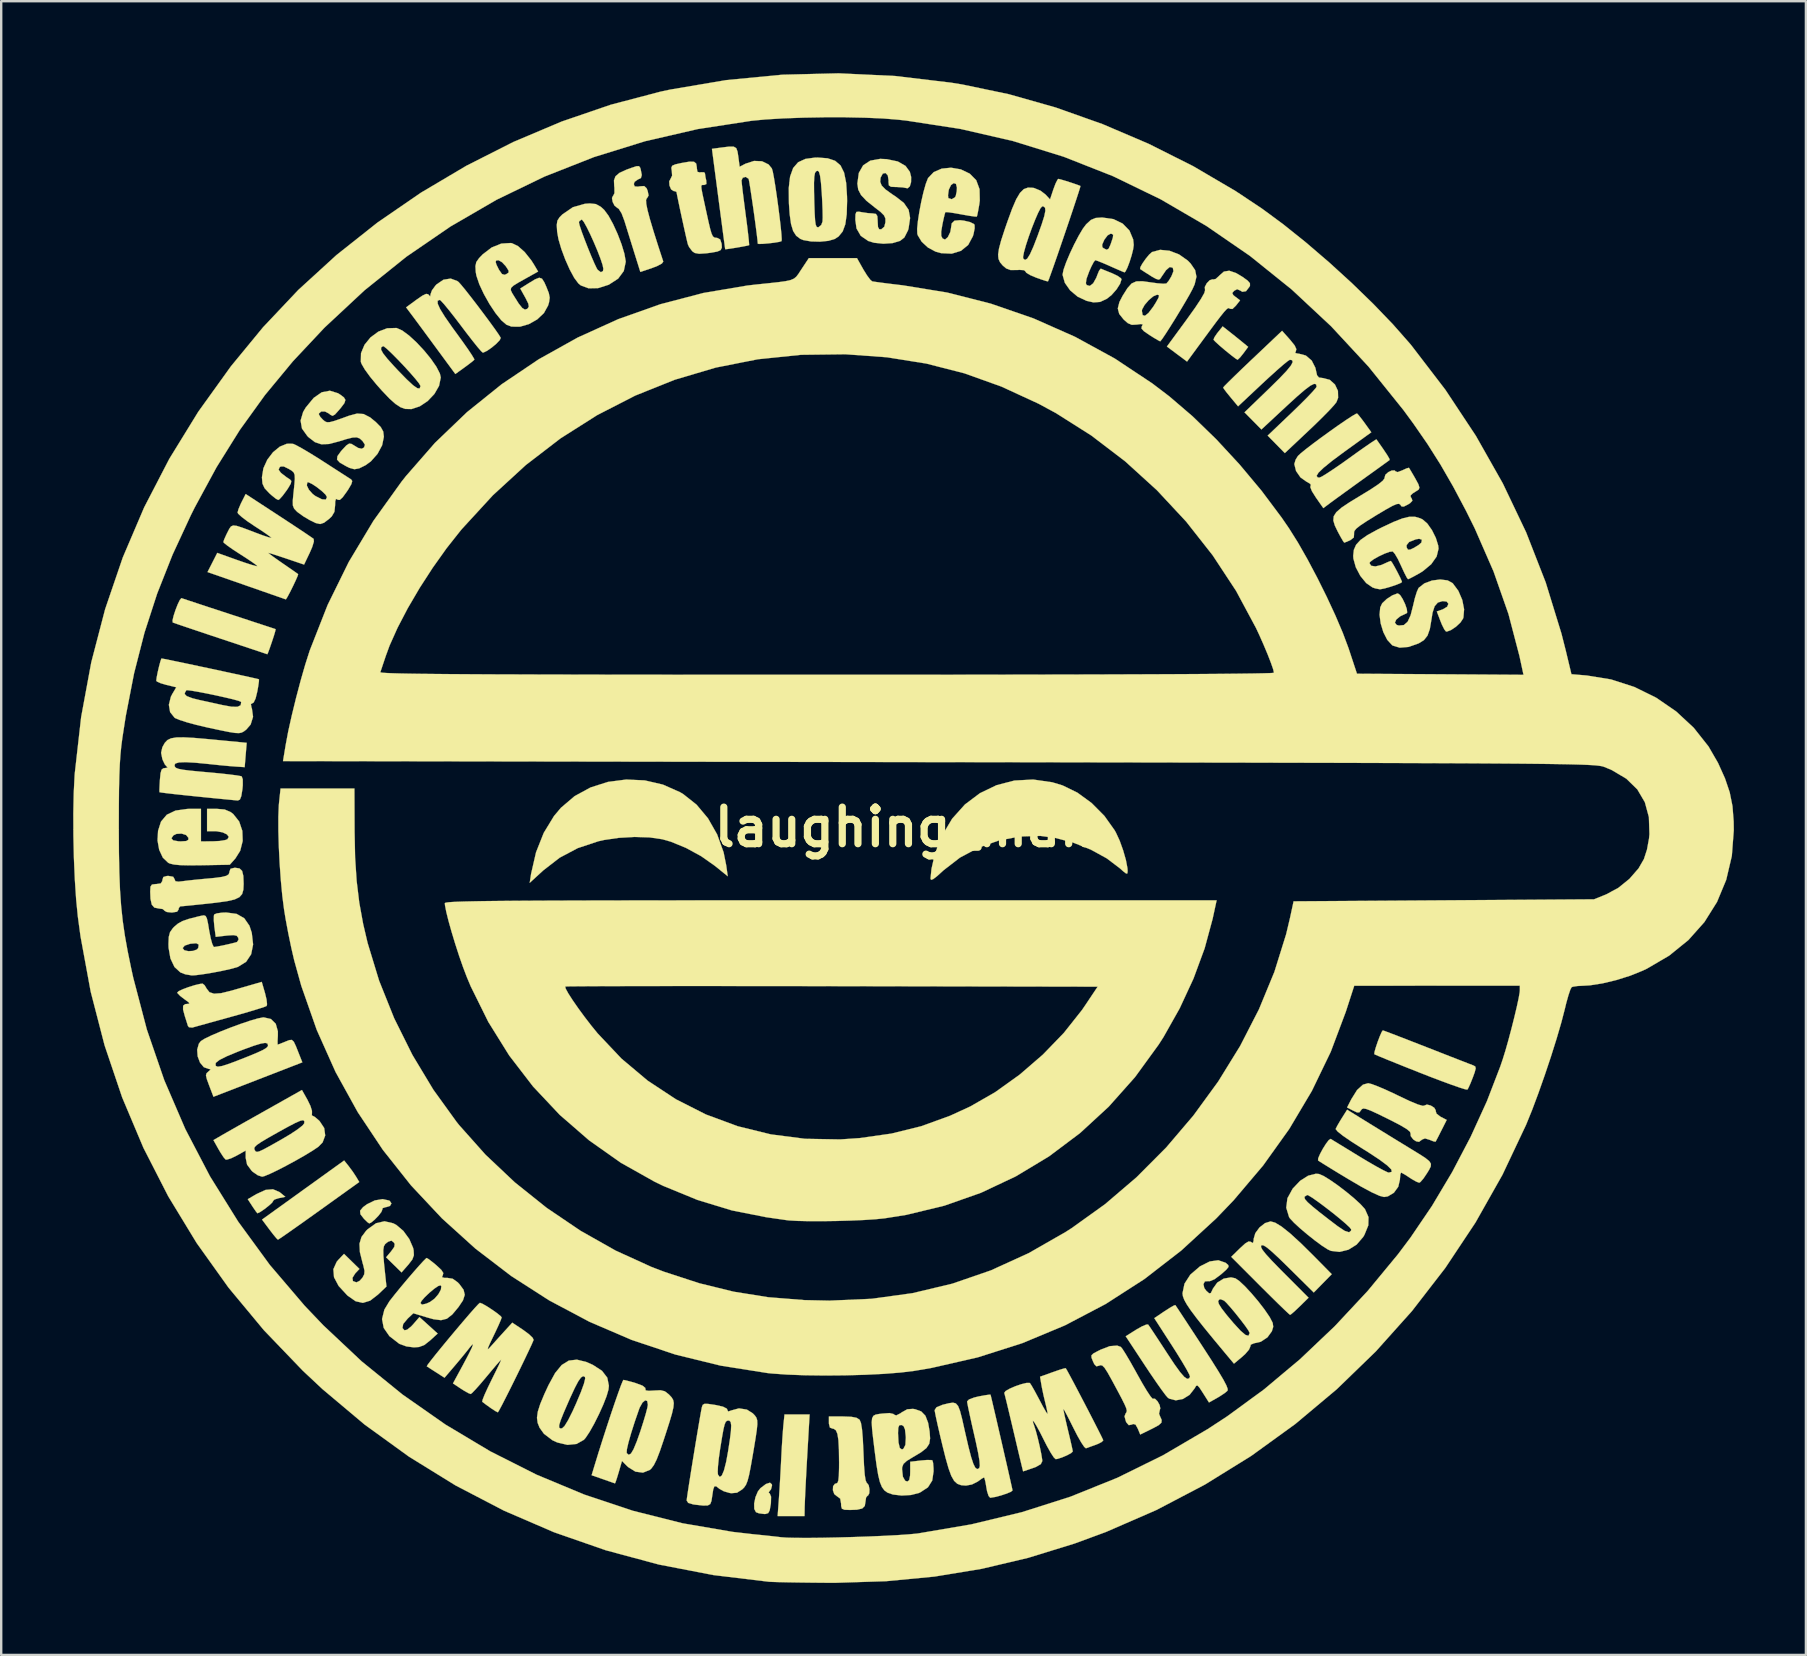
<source format=kicad_pcb>
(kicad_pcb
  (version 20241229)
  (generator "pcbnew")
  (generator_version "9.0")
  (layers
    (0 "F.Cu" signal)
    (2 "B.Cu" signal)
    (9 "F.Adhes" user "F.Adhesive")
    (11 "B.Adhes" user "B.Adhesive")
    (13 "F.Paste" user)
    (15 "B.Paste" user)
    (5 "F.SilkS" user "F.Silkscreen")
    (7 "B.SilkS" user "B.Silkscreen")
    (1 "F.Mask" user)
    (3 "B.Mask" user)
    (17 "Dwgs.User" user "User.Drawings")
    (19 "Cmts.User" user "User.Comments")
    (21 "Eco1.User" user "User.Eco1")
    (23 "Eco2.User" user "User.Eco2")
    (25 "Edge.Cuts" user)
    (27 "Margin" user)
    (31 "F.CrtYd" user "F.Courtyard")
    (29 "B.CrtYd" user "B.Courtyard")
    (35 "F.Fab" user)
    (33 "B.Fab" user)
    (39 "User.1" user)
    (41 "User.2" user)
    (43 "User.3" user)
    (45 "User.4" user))
  (footprint "laughing_man"
    (layer "F.Cu")
    (at 34.618 31.412)
    (property "Reference" "laughing_man" (at 0 0 0) (layer "F.SilkS") (effects (font (size 1.524 1.524) (thickness 0.3))))
    (attr through_hole)
    (fp_poly (pts (xy -23.144 14.119) (xy -22.972 14.351) (xy -22.829 14.568) (xy -22.7 14.784) (xy -24.376 15.986) (xy -24.842 16.319) (xy -25.261 16.616) (xy -25.614 16.865) (xy -25.882 17.052) (xy -26.046 17.162) (xy -26.089 17.187) (xy -26.155 17.125) (xy -26.289 16.963) (xy -26.438 16.769) (xy -26.751 16.35) (xy -25.041 15.119) (xy -23.33 13.888) (xy -23.144 14.119)) (stroke (width 0.01) (type solid)) (fill yes) (layer "F.SilkS"))
    (fp_poly (pts (xy -26.026 15.201) (xy -25.981 15.236) (xy -25.781 15.401) (xy -26.055 15.458) (xy -26.228 15.513) (xy -26.292 15.572) (xy -26.289 15.579) (xy -26.333 15.648) (xy -26.47 15.772) (xy -26.648 15.912) (xy -26.82 16.029) (xy -26.934 16.085) (xy -26.943 16.086) (xy -26.999 16.021) (xy -27.11 15.861) (xy -27.156 15.792) (xy -27.345 15.5) (xy -26.979 15.285) (xy -26.605 15.114) (xy -26.295 15.087) (xy -26.026 15.201)) (stroke (width 0.01) (type solid)) (fill yes) (layer "F.SilkS"))
    (fp_poly (pts (xy -4.036 26.183) (xy -4.067 26.734) (xy -4.094 27.253) (xy -4.117 27.708) (xy -4.133 28.063) (xy -4.141 28.287) (xy -4.142 28.3) (xy -4.149 28.702) (xy -5.269 28.702) (xy -5.218 28.003) (xy -5.192 27.612) (xy -5.163 27.127) (xy -5.135 26.62) (xy -5.121 26.331) (xy -5.098 25.889) (xy -5.071 25.459) (xy -5.045 25.1) (xy -5.029 24.913) (xy -4.983 24.469) (xy -4.46 24.469) (xy -3.937 24.469) (xy -4.036 26.183)) (stroke (width 0.01) (type solid)) (fill yes) (layer "F.SilkS"))
    (fp_poly (pts (xy 13.557 -20.64) (xy 13.81 -20.439) (xy 14.057 -20.239) (xy 14.089 -20.213) (xy 14.335 -20.01) (xy 14.137 -19.742) (xy 14 -19.572) (xy 13.904 -19.48) (xy 13.891 -19.475) (xy 13.807 -19.526) (xy 13.631 -19.66) (xy 13.399 -19.847) (xy 13.377 -19.865) (xy 13.145 -20.063) (xy 12.972 -20.221) (xy 12.892 -20.305) (xy 12.891 -20.308) (xy 12.925 -20.403) (xy 13.036 -20.569) (xy 13.071 -20.613) (xy 13.272 -20.864) (xy 13.557 -20.64)) (stroke (width 0.01) (type solid)) (fill yes) (layer "F.SilkS"))
    (fp_poly (pts (xy -21.458 15.555) (xy -21.431 15.57) (xy -21.359 15.678) (xy -21.42 15.781) (xy -21.583 15.832) (xy -21.602 15.833) (xy -21.726 15.873) (xy -21.74 15.934) (xy -21.779 16.033) (xy -21.902 16.191) (xy -22.061 16.355) (xy -22.21 16.477) (xy -22.285 16.51) (xy -22.363 16.455) (xy -22.499 16.322) (xy -22.507 16.314) (xy -22.651 16.128) (xy -22.666 15.981) (xy -22.542 15.832) (xy -22.375 15.709) (xy -22.051 15.551) (xy -21.727 15.497) (xy -21.458 15.555)) (stroke (width 0.01) (type solid)) (fill yes) (layer "F.SilkS"))
    (fp_poly (pts (xy -5.508 27.383) (xy -5.503 27.43) (xy -5.547 27.594) (xy -5.597 27.649) (xy -5.644 27.722) (xy -5.596 27.765) (xy -5.542 27.894) (xy -5.549 28.163) (xy -5.557 28.221) (xy -5.6 28.462) (xy -5.661 28.579) (xy -5.773 28.615) (xy -5.832 28.616) (xy -6.047 28.588) (xy -6.171 28.541) (xy -6.243 28.406) (xy -6.247 28.178) (xy -6.193 27.915) (xy -6.091 27.675) (xy -5.987 27.541) (xy -5.754 27.365) (xy -5.588 27.311) (xy -5.508 27.383)) (stroke (width 0.01) (type solid)) (fill yes) (layer "F.SilkS"))
    (fp_poly (pts (xy -10.805 -1.948) (xy -10.05 -1.773) (xy -9.338 -1.458) (xy -9.205 -1.379) (xy -8.648 -0.938) (xy -8.171 -0.368) (xy -7.789 0.303) (xy -7.521 1.046) (xy -7.41 1.599) (xy -7.348 2.046) (xy -7.886 1.61) (xy -8.453 1.211) (xy -9.086 0.865) (xy -9.721 0.605) (xy -10.075 0.504) (xy -10.605 0.427) (xy -11.231 0.408) (xy -11.887 0.445) (xy -12.511 0.536) (xy -12.742 0.589) (xy -13.599 0.874) (xy -14.35 1.272) (xy -15.031 1.799) (xy -15.042 1.809) (xy -15.599 2.32) (xy -15.541 1.943) (xy -15.335 1.047) (xy -15.014 0.238) (xy -14.587 -0.463) (xy -14.298 -0.807) (xy -13.726 -1.294) (xy -13.064 -1.654) (xy -12.339 -1.885) (xy -11.577 -1.984) (xy -10.805 -1.948)) (stroke (width 0.01) (type solid)) (fill yes) (layer "F.SilkS"))
    (fp_poly (pts (xy -30.106 -9.541) (xy -30.002 -9.506) (xy -29.762 -9.426) (xy -29.407 -9.309) (xy -28.963 -9.162) (xy -28.451 -8.995) (xy -28.109 -8.882) (xy -27.573 -8.707) (xy -27.094 -8.549) (xy -26.694 -8.418) (xy -26.395 -8.32) (xy -26.22 -8.262) (xy -26.184 -8.25) (xy -26.198 -8.173) (xy -26.255 -7.978) (xy -26.34 -7.719) (xy -26.431 -7.455) (xy -26.5 -7.269) (xy -26.53 -7.204) (xy -26.61 -7.231) (xy -26.829 -7.305) (xy -27.165 -7.417) (xy -27.595 -7.56) (xy -28.098 -7.728) (xy -28.49 -7.858) (xy -29.033 -8.039) (xy -29.52 -8.203) (xy -29.93 -8.341) (xy -30.239 -8.446) (xy -30.426 -8.511) (xy -30.472 -8.528) (xy -30.479 -8.619) (xy -30.434 -8.81) (xy -30.356 -9.048) (xy -30.264 -9.284) (xy -30.176 -9.465) (xy -30.112 -9.541) (xy -30.106 -9.541)) (stroke (width 0.01) (type solid)) (fill yes) (layer "F.SilkS"))
    (fp_poly (pts (xy 20.03 8.496) (xy 20.251 8.579) (xy 20.584 8.707) (xy 21.006 8.87) (xy 21.495 9.061) (xy 21.78 9.172) (xy 22.304 9.377) (xy 22.781 9.564) (xy 23.185 9.721) (xy 23.493 9.841) (xy 23.681 9.914) (xy 23.722 9.929) (xy 23.797 9.972) (xy 23.815 10.053) (xy 23.772 10.216) (xy 23.694 10.43) (xy 23.592 10.686) (xy 23.506 10.873) (xy 23.467 10.935) (xy 23.376 10.921) (xy 23.15 10.851) (xy 22.811 10.733) (xy 22.383 10.576) (xy 21.886 10.387) (xy 21.519 10.243) (xy 20.989 10.033) (xy 20.513 9.842) (xy 20.114 9.681) (xy 19.813 9.557) (xy 19.632 9.479) (xy 19.59 9.458) (xy 19.598 9.368) (xy 19.652 9.177) (xy 19.733 8.937) (xy 19.822 8.704) (xy 19.9 8.529) (xy 19.945 8.467) (xy 20.03 8.496)) (stroke (width 0.01) (type solid)) (fill yes) (layer "F.SilkS"))
    (fp_poly (pts (xy 6.17 -1.87) (xy 6.6 -1.74) (xy 7.22 -1.438) (xy 7.815 -1.003) (xy 8.345 -0.469) (xy 8.77 0.128) (xy 8.824 0.224) (xy 8.981 0.563) (xy 9.125 0.964) (xy 9.24 1.365) (xy 9.305 1.706) (xy 9.313 1.828) (xy 9.303 1.926) (xy 9.251 1.933) (xy 9.127 1.838) (xy 8.996 1.72) (xy 8.445 1.301) (xy 7.777 0.935) (xy 7.041 0.643) (xy 6.285 0.445) (xy 5.673 0.364) (xy 4.813 0.389) (xy 3.943 0.557) (xy 3.101 0.855) (xy 2.326 1.269) (xy 1.655 1.787) (xy 1.65 1.791) (xy 1.381 2.035) (xy 1.211 2.166) (xy 1.123 2.195) (xy 1.101 2.142) (xy 1.141 1.738) (xy 1.251 1.252) (xy 1.413 0.749) (xy 1.575 0.363) (xy 2.002 -0.352) (xy 2.536 -0.947) (xy 3.159 -1.415) (xy 3.852 -1.749) (xy 4.597 -1.942) (xy 5.376 -1.984) (xy 6.17 -1.87)) (stroke (width 0.01) (type solid)) (fill yes) (layer "F.SilkS"))
    (fp_poly (pts (xy 15.462 16.479) (xy 15.73 16.643) (xy 16.081 16.923) (xy 16.521 17.325) (xy 17.058 17.855) (xy 17.817 18.625) (xy 17.443 19.006) (xy 17.068 19.388) (xy 16.025 18.357) (xy 15.628 17.969) (xy 15.331 17.693) (xy 15.12 17.516) (xy 14.981 17.428) (xy 14.9 17.416) (xy 14.881 17.428) (xy 14.869 17.492) (xy 14.929 17.609) (xy 15.073 17.791) (xy 15.313 18.054) (xy 15.661 18.412) (xy 15.815 18.567) (xy 16.851 19.605) (xy 16.487 19.963) (xy 16.288 20.152) (xy 16.14 20.281) (xy 16.082 20.32) (xy 16.013 20.263) (xy 15.843 20.103) (xy 15.591 19.86) (xy 15.276 19.549) (xy 14.915 19.191) (xy 14.835 19.111) (xy 13.629 17.902) (xy 13.994 17.544) (xy 14.212 17.345) (xy 14.353 17.261) (xy 14.446 17.275) (xy 14.461 17.288) (xy 14.534 17.328) (xy 14.561 17.227) (xy 14.563 17.155) (xy 14.633 16.915) (xy 14.808 16.677) (xy 15.038 16.497) (xy 15.268 16.425) (xy 15.462 16.479)) (stroke (width 0.01) (type solid)) (fill yes) (layer "F.SilkS"))
    (fp_poly (pts (xy -26.626 6.917) (xy -26.563 7.181) (xy -26.542 7.378) (xy -26.559 7.45) (xy -26.659 7.491) (xy -26.896 7.568) (xy -27.24 7.673) (xy -27.664 7.796) (xy -28.067 7.908) (xy -28.545 8.041) (xy -28.972 8.159) (xy -29.321 8.256) (xy -29.561 8.323) (xy -29.655 8.35) (xy -29.795 8.336) (xy -29.838 8.282) (xy -29.886 8.129) (xy -29.957 7.905) (xy -29.965 7.883) (xy -30.041 7.599) (xy -30.038 7.439) (xy -29.952 7.373) (xy -29.875 7.366) (xy -29.778 7.354) (xy -29.802 7.302) (xy -29.957 7.187) (xy -29.974 7.176) (xy -30.161 7.033) (xy -30.274 6.915) (xy -30.285 6.894) (xy -30.225 6.835) (xy -30.049 6.752) (xy -29.809 6.662) (xy -29.552 6.582) (xy -29.328 6.53) (xy -29.225 6.519) (xy -29.141 6.588) (xy -29.056 6.731) (xy -28.941 6.877) (xy -28.75 6.939) (xy -28.458 6.918) (xy -28.042 6.816) (xy -28.04 6.816) (xy -27.684 6.713) (xy -27.308 6.604) (xy -27.182 6.568) (xy -26.763 6.446) (xy -26.626 6.917)) (stroke (width 0.01) (type solid)) (fill yes) (layer "F.SilkS"))
    (fp_poly (pts (xy 13.828 -23.087) (xy 14.082 -22.937) (xy 14.306 -22.777) (xy 14.408 -22.663) (xy 14.411 -22.562) (xy 14.392 -22.519) (xy 14.245 -22.329) (xy 14.091 -22.305) (xy 14.009 -22.355) (xy 13.875 -22.413) (xy 13.752 -22.347) (xy 13.672 -22.255) (xy 13.714 -22.169) (xy 13.808 -22.092) (xy 13.998 -21.949) (xy 13.827 -21.732) (xy 13.681 -21.589) (xy 13.575 -21.597) (xy 13.567 -21.604) (xy 13.534 -21.626) (xy 13.492 -21.62) (xy 13.428 -21.571) (xy 13.33 -21.464) (xy 13.186 -21.286) (xy 12.984 -21.021) (xy 12.712 -20.654) (xy 12.357 -20.172) (xy 12.173 -19.922) (xy 11.788 -19.397) (xy 11.369 -19.71) (xy 10.949 -20.024) (xy 11.781 -21.159) (xy 12.123 -21.637) (xy 12.366 -22.004) (xy 12.507 -22.253) (xy 12.541 -22.379) (xy 12.537 -22.387) (xy 12.528 -22.506) (xy 12.608 -22.659) (xy 12.73 -22.785) (xy 12.849 -22.826) (xy 12.87 -22.817) (xy 12.978 -22.838) (xy 13.119 -22.963) (xy 13.133 -22.98) (xy 13.323 -23.147) (xy 13.546 -23.183) (xy 13.828 -23.087)) (stroke (width 0.01) (type solid)) (fill yes) (layer "F.SilkS"))
    (fp_poly (pts (xy -10.993 -27.47) (xy -10.974 -27.404) (xy -10.929 -27.17) (xy -10.965 -27.045) (xy -11.091 -26.984) (xy -11.229 -26.887) (xy -11.261 -26.794) (xy -11.226 -26.696) (xy -11.093 -26.685) (xy -11.014 -26.698) (xy -10.828 -26.711) (xy -10.729 -26.62) (xy -10.685 -26.512) (xy -10.645 -26.318) (xy -10.708 -26.208) (xy -10.722 -26.198) (xy -10.752 -26.126) (xy -10.742 -25.966) (xy -10.69 -25.707) (xy -10.591 -25.335) (xy -10.443 -24.838) (xy -10.243 -24.205) (xy -10.034 -23.565) (xy -10.09 -23.484) (xy -10.278 -23.382) (xy -10.495 -23.298) (xy -10.989 -23.131) (xy -11.245 -23.948) (xy -11.375 -24.366) (xy -11.506 -24.788) (xy -11.617 -25.146) (xy -11.654 -25.265) (xy -11.771 -25.574) (xy -11.889 -25.761) (xy -11.95 -25.802) (xy -12.063 -25.891) (xy -12.144 -26.051) (xy -12.171 -26.214) (xy -12.123 -26.312) (xy -12.116 -26.314) (xy -12.068 -26.414) (xy -12.07 -26.641) (xy -12.078 -26.71) (xy -12.088 -26.945) (xy -12.025 -27.118) (xy -11.863 -27.257) (xy -11.575 -27.39) (xy -11.373 -27.464) (xy -11.155 -27.536) (xy -11.045 -27.54) (xy -10.993 -27.47)) (stroke (width 0.01) (type solid)) (fill yes) (layer "F.SilkS"))
    (fp_poly (pts (xy 19.482 10.704) (xy 19.746 10.804) (xy 20.091 10.952) (xy 20.484 11.135) (xy 20.576 11.18) (xy 21.058 11.409) (xy 21.404 11.553) (xy 21.612 11.612) (xy 21.675 11.599) (xy 21.782 11.557) (xy 21.943 11.599) (xy 22.089 11.691) (xy 22.151 11.801) (xy 22.147 11.825) (xy 22.184 11.938) (xy 22.343 12.06) (xy 22.355 12.067) (xy 22.607 12.197) (xy 22.384 12.639) (xy 22.262 12.88) (xy 22.173 13.05) (xy 22.141 13.105) (xy 22.059 13.092) (xy 21.895 13.027) (xy 21.703 12.968) (xy 21.581 13.015) (xy 21.571 13.024) (xy 21.453 13.111) (xy 21.333 13.089) (xy 21.211 13.009) (xy 21.107 12.871) (xy 21.102 12.769) (xy 21.078 12.692) (xy 20.948 12.583) (xy 20.696 12.431) (xy 20.307 12.228) (xy 20.137 12.143) (xy 19.724 11.941) (xy 19.437 11.809) (xy 19.249 11.739) (xy 19.136 11.721) (xy 19.071 11.748) (xy 19.04 11.79) (xy 18.968 11.883) (xy 18.868 11.884) (xy 18.707 11.809) (xy 18.456 11.679) (xy 18.63 11.339) (xy 18.872 10.951) (xy 19.118 10.728) (xy 19.335 10.668) (xy 19.482 10.704)) (stroke (width 0.01) (type solid)) (fill yes) (layer "F.SilkS"))
    (fp_poly (pts (xy -13.239 22.283) (xy -12.968 22.403) (xy -12.587 22.65) (xy -12.366 22.937) (xy -12.3 23.273) (xy -12.318 23.437) (xy -12.396 23.706) (xy -12.534 24.06) (xy -12.711 24.453) (xy -12.906 24.843) (xy -13.098 25.186) (xy -13.265 25.438) (xy -13.341 25.525) (xy -13.647 25.698) (xy -14.026 25.736) (xy -14.447 25.637) (xy -14.649 25.545) (xy -15.005 25.275) (xy -15.184 25.025) (xy -15.189 25.015) (xy -14.373 25.015) (xy -14.324 25.052) (xy -14.25 25.046) (xy -14.149 24.953) (xy -14 24.71) (xy -13.807 24.325) (xy -13.662 24.003) (xy -13.465 23.535) (xy -13.339 23.189) (xy -13.287 22.974) (xy -13.297 22.906) (xy -13.373 22.873) (xy -13.462 22.929) (xy -13.576 23.089) (xy -13.724 23.371) (xy -13.918 23.789) (xy -13.998 23.971) (xy -14.188 24.409) (xy -14.31 24.714) (xy -14.37 24.909) (xy -14.373 25.015) (xy -15.189 25.015) (xy -15.268 24.82) (xy -15.296 24.607) (xy -15.262 24.354) (xy -15.161 24.035) (xy -14.987 23.618) (xy -14.812 23.241) (xy -14.541 22.745) (xy -14.266 22.409) (xy -13.969 22.225) (xy -13.633 22.186) (xy -13.239 22.283)) (stroke (width 0.01) (type solid)) (fill yes) (layer "F.SilkS"))
    (fp_poly (pts (xy -29.295 0.593) (xy -28.808 0.591) (xy -28.518 0.576) (xy -28.287 0.539) (xy -28.194 0.505) (xy -28.136 0.405) (xy -28.213 0.302) (xy -28.391 0.218) (xy -28.637 0.172) (xy -28.718 0.169) (xy -29.041 0.169) (xy -29.041 -0.762) (xy -28.624 -0.762) (xy -28.307 -0.735) (xy -28.07 -0.635) (xy -27.948 -0.544) (xy -27.703 -0.235) (xy -27.572 0.154) (xy -27.557 0.576) (xy -27.66 0.983) (xy -27.861 1.304) (xy -28.095 1.566) (xy -29.266 1.587) (xy -29.783 1.592) (xy -30.157 1.583) (xy -30.418 1.558) (xy -30.592 1.516) (xy -30.659 1.485) (xy -30.885 1.269) (xy -31.036 0.944) (xy -31.105 0.556) (xy -31.1 0.464) (xy -30.527 0.464) (xy -30.454 0.549) (xy -30.231 0.59) (xy -30.13 0.593) (xy -29.911 0.579) (xy -29.822 0.527) (xy -29.818 0.445) (xy -29.915 0.327) (xy -30.104 0.268) (xy -30.313 0.28) (xy -30.442 0.342) (xy -30.527 0.464) (xy -31.1 0.464) (xy -31.083 0.152) (xy -30.963 -0.223) (xy -30.954 -0.24) (xy -30.719 -0.518) (xy -30.356 -0.691) (xy -29.863 -0.76) (xy -29.763 -0.762) (xy -29.295 -0.762) (xy -29.295 0.593)) (stroke (width 0.01) (type solid)) (fill yes) (layer "F.SilkS"))
    (fp_poly (pts (xy -2.201 24.566) (xy -1.983 24.607) (xy -1.859 24.685) (xy -1.852 24.693) (xy -1.797 24.825) (xy -1.754 25.085) (xy -1.72 25.485) (xy -1.694 26.041) (xy -1.693 26.062) (xy -1.67 26.596) (xy -1.641 26.974) (xy -1.604 27.21) (xy -1.559 27.317) (xy -1.545 27.326) (xy -1.475 27.418) (xy -1.443 27.585) (xy -1.451 27.753) (xy -1.504 27.851) (xy -1.524 27.855) (xy -1.584 27.929) (xy -1.609 28.1) (xy -1.638 28.281) (xy -1.745 28.387) (xy -1.963 28.437) (xy -2.251 28.448) (xy -2.482 28.44) (xy -2.591 28.396) (xy -2.623 28.283) (xy -2.625 28.186) (xy -2.662 27.976) (xy -2.788 27.882) (xy -2.794 27.88) (xy -2.91 27.786) (xy -2.967 27.624) (xy -2.959 27.459) (xy -2.882 27.356) (xy -2.836 27.347) (xy -2.778 27.32) (xy -2.74 27.219) (xy -2.719 27.018) (xy -2.71 26.689) (xy -2.709 26.469) (xy -2.716 25.93) (xy -2.737 25.541) (xy -2.778 25.28) (xy -2.842 25.129) (xy -2.932 25.066) (xy -2.974 25.061) (xy -3.091 25.016) (xy -3.132 24.855) (xy -3.133 24.807) (xy -3.133 24.553) (xy -2.55 24.553) (xy -2.201 24.566)) (stroke (width 0.01) (type solid)) (fill yes) (layer "F.SilkS"))
    (fp_poly (pts (xy -21.137 -20.794) (xy -20.91 -20.693) (xy -20.626 -20.483) (xy -20.313 -20.195) (xy -20.001 -19.861) (xy -19.716 -19.513) (xy -19.486 -19.181) (xy -19.341 -18.898) (xy -19.304 -18.733) (xy -19.376 -18.385) (xy -19.57 -18.048) (xy -19.85 -17.753) (xy -20.179 -17.533) (xy -20.523 -17.419) (xy -20.782 -17.425) (xy -20.976 -17.493) (xy -21.186 -17.629) (xy -21.435 -17.85) (xy -21.748 -18.178) (xy -21.973 -18.431) (xy -22.249 -18.766) (xy -22.467 -19.066) (xy -22.603 -19.299) (xy -22.635 -19.386) (xy -22.627 -19.746) (xy -22.566 -19.893) (xy -21.791 -19.893) (xy -21.708 -19.74) (xy -21.527 -19.512) (xy -21.238 -19.192) (xy -21.077 -19.02) (xy -20.721 -18.655) (xy -20.461 -18.414) (xy -20.287 -18.29) (xy -20.187 -18.276) (xy -20.151 -18.365) (xy -20.151 -18.384) (xy -20.205 -18.483) (xy -20.352 -18.668) (xy -20.563 -18.912) (xy -20.813 -19.187) (xy -21.075 -19.463) (xy -21.323 -19.714) (xy -21.529 -19.91) (xy -21.668 -20.024) (xy -21.708 -20.041) (xy -21.788 -19.988) (xy -21.791 -19.893) (xy -22.566 -19.893) (xy -22.482 -20.095) (xy -22.232 -20.404) (xy -21.907 -20.644) (xy -21.539 -20.785) (xy -21.159 -20.797) (xy -21.137 -20.794)) (stroke (width 0.01) (type solid)) (fill yes) (layer "F.SilkS"))
    (fp_poly (pts (xy -3.188 -27.867) (xy -2.876 -27.764) (xy -2.65 -27.571) (xy -2.5 -27.269) (xy -2.414 -26.842) (xy -2.378 -26.273) (xy -2.375 -26.09) (xy -2.391 -25.534) (xy -2.449 -25.119) (xy -2.559 -24.819) (xy -2.728 -24.612) (xy -2.886 -24.507) (xy -3.151 -24.428) (xy -3.505 -24.393) (xy -3.877 -24.403) (xy -4.196 -24.459) (xy -4.323 -24.509) (xy -4.497 -24.641) (xy -4.623 -24.837) (xy -4.71 -25.125) (xy -4.767 -25.531) (xy -4.799 -25.991) (xy -4.806 -26.622) (xy -4.78 -26.852) (xy -3.754 -26.852) (xy -3.752 -26.476) (xy -3.741 -26.009) (xy -3.726 -25.571) (xy -3.708 -25.276) (xy -3.682 -25.099) (xy -3.644 -25.013) (xy -3.591 -24.991) (xy -3.57 -24.994) (xy -3.452 -25.089) (xy -3.399 -25.232) (xy -3.392 -25.4) (xy -3.396 -25.693) (xy -3.411 -26.066) (xy -3.429 -26.395) (xy -3.463 -26.846) (xy -3.502 -27.143) (xy -3.548 -27.305) (xy -3.597 -27.347) (xy -3.665 -27.328) (xy -3.713 -27.255) (xy -3.741 -27.104) (xy -3.754 -26.852) (xy -4.78 -26.852) (xy -4.75 -27.107) (xy -4.623 -27.462) (xy -4.415 -27.702) (xy -4.115 -27.841) (xy -3.715 -27.896) (xy -3.598 -27.898) (xy -3.188 -27.867)) (stroke (width 0.01) (type solid)) (fill yes) (layer "F.SilkS"))
    (fp_poly (pts (xy 9.03 21.655) (xy 9.104 21.748) (xy 9.24 21.963) (xy 9.421 22.27) (xy 9.63 22.642) (xy 9.715 22.796) (xy 9.926 23.172) (xy 10.112 23.483) (xy 10.258 23.704) (xy 10.347 23.809) (xy 10.364 23.813) (xy 10.453 23.815) (xy 10.559 23.921) (xy 10.645 24.074) (xy 10.675 24.218) (xy 10.656 24.271) (xy 10.621 24.438) (xy 10.662 24.542) (xy 10.731 24.698) (xy 10.721 24.81) (xy 10.609 24.914) (xy 10.37 25.044) (xy 10.295 25.081) (xy 9.838 25.305) (xy 9.735 25.058) (xy 9.644 24.893) (xy 9.544 24.866) (xy 9.485 24.891) (xy 9.361 24.915) (xy 9.265 24.807) (xy 9.238 24.752) (xy 9.183 24.547) (xy 9.231 24.423) (xy 9.267 24.371) (xy 9.277 24.307) (xy 9.254 24.207) (xy 9.186 24.048) (xy 9.066 23.807) (xy 8.882 23.46) (xy 8.662 23.051) (xy 8.479 22.723) (xy 8.351 22.524) (xy 8.256 22.43) (xy 8.175 22.417) (xy 8.131 22.435) (xy 8.012 22.464) (xy 7.924 22.374) (xy 7.872 22.263) (xy 7.809 22.106) (xy 7.804 22.009) (xy 7.883 21.93) (xy 8.072 21.828) (xy 8.188 21.77) (xy 8.57 21.623) (xy 8.878 21.6) (xy 9.03 21.655)) (stroke (width 0.01) (type solid)) (fill yes) (layer "F.SilkS"))
    (fp_poly (pts (xy -12.842 -25.96) (xy -12.634 -25.845) (xy -12.496 -25.718) (xy -12.319 -25.48) (xy -12.126 -25.129) (xy -11.936 -24.713) (xy -11.772 -24.284) (xy -11.653 -23.89) (xy -11.6 -23.582) (xy -11.599 -23.548) (xy -11.679 -23.171) (xy -11.913 -22.854) (xy -12.296 -22.605) (xy -12.312 -22.597) (xy -12.751 -22.458) (xy -13.146 -22.45) (xy -13.469 -22.57) (xy -13.571 -22.654) (xy -13.744 -22.886) (xy -13.933 -23.235) (xy -14.118 -23.652) (xy -14.281 -24.089) (xy -14.401 -24.498) (xy -14.456 -24.813) (xy -14.472 -25.092) (xy -14.457 -25.19) (xy -13.547 -25.19) (xy -13.515 -25.058) (xy -13.433 -24.811) (xy -13.314 -24.491) (xy -13.176 -24.138) (xy -13.035 -23.792) (xy -12.907 -23.495) (xy -12.808 -23.288) (xy -12.767 -23.22) (xy -12.634 -23.121) (xy -12.547 -23.168) (xy -12.53 -23.262) (xy -12.562 -23.422) (xy -12.648 -23.681) (xy -12.772 -24.003) (xy -12.919 -24.352) (xy -13.073 -24.694) (xy -13.219 -24.991) (xy -13.34 -25.209) (xy -13.421 -25.312) (xy -13.432 -25.315) (xy -13.534 -25.247) (xy -13.547 -25.19) (xy -14.457 -25.19) (xy -14.445 -25.269) (xy -14.355 -25.41) (xy -14.233 -25.532) (xy -13.802 -25.828) (xy -13.297 -25.972) (xy -13.094 -25.986) (xy -12.842 -25.96)) (stroke (width 0.01) (type solid)) (fill yes) (layer "F.SilkS"))
    (fp_poly (pts (xy 17.286 14.45) (xy 17.47 14.529) (xy 17.743 14.696) (xy 18.069 14.923) (xy 18.411 15.184) (xy 18.735 15.452) (xy 19.005 15.698) (xy 19.186 15.896) (xy 19.205 15.922) (xy 19.348 16.246) (xy 19.34 16.591) (xy 19.181 16.981) (xy 19.127 17.073) (xy 18.853 17.392) (xy 18.511 17.605) (xy 18.142 17.696) (xy 17.785 17.654) (xy 17.653 17.594) (xy 17.409 17.437) (xy 17.11 17.217) (xy 16.792 16.963) (xy 16.489 16.706) (xy 16.239 16.475) (xy 16.075 16.299) (xy 16.039 16.245) (xy 15.921 15.856) (xy 15.97 15.464) (xy 15.983 15.439) (xy 16.679 15.439) (xy 16.711 15.512) (xy 16.814 15.627) (xy 17.003 15.795) (xy 17.292 16.031) (xy 17.694 16.344) (xy 18.062 16.624) (xy 18.353 16.818) (xy 18.539 16.879) (xy 18.622 16.809) (xy 18.627 16.759) (xy 18.563 16.675) (xy 18.392 16.516) (xy 18.146 16.306) (xy 17.854 16.07) (xy 17.547 15.832) (xy 17.256 15.615) (xy 17.012 15.443) (xy 16.845 15.342) (xy 16.796 15.325) (xy 16.69 15.391) (xy 16.679 15.439) (xy 15.983 15.439) (xy 16.187 15.065) (xy 16.194 15.056) (xy 16.499 14.735) (xy 16.831 14.523) (xy 17.154 14.44) (xy 17.286 14.45)) (stroke (width 0.01) (type solid)) (fill yes) (layer "F.SilkS"))
    (fp_poly (pts (xy -27.688 1.72) (xy -27.581 1.822) (xy -27.53 2.031) (xy -27.517 2.364) (xy -27.529 2.607) (xy -27.58 2.787) (xy -27.694 2.917) (xy -27.893 3.012) (xy -28.202 3.083) (xy -28.643 3.144) (xy -28.97 3.181) (xy -29.391 3.225) (xy -29.75 3.262) (xy -30.015 3.288) (xy -30.153 3.3) (xy -30.163 3.301) (xy -30.219 3.371) (xy -30.226 3.429) (xy -30.29 3.523) (xy -30.495 3.556) (xy -30.522 3.556) (xy -30.718 3.535) (xy -30.816 3.482) (xy -30.819 3.471) (xy -30.892 3.411) (xy -31.063 3.387) (xy -31.238 3.351) (xy -31.345 3.227) (xy -31.398 2.986) (xy -31.41 2.688) (xy -31.399 2.48) (xy -31.338 2.391) (xy -31.185 2.371) (xy -31.157 2.371) (xy -30.971 2.344) (xy -30.906 2.245) (xy -30.903 2.201) (xy -30.863 2.077) (xy -30.715 2.034) (xy -30.649 2.032) (xy -30.452 2.067) (xy -30.395 2.166) (xy -30.361 2.252) (xy -30.231 2.271) (xy -30.078 2.254) (xy -29.825 2.222) (xy -29.483 2.186) (xy -29.168 2.156) (xy -28.724 2.115) (xy -28.422 2.074) (xy -28.237 2.027) (xy -28.142 1.966) (xy -28.11 1.883) (xy -28.109 1.856) (xy -28.064 1.734) (xy -27.903 1.694) (xy -27.864 1.693) (xy -27.688 1.72)) (stroke (width 0.01) (type solid)) (fill yes) (layer "F.SilkS"))
    (fp_poly (pts (xy -21.285 16.505) (xy -21.157 16.572) (xy -20.865 16.819) (xy -20.615 17.162) (xy -20.456 17.53) (xy -20.435 17.628) (xy -20.424 17.836) (xy -20.489 18.013) (xy -20.655 18.229) (xy -20.663 18.237) (xy -20.938 18.551) (xy -21.582 17.922) (xy -21.372 17.672) (xy -21.241 17.488) (xy -21.224 17.365) (xy -21.261 17.303) (xy -21.358 17.227) (xy -21.479 17.264) (xy -21.539 17.302) (xy -21.623 17.373) (xy -21.676 17.468) (xy -21.699 17.62) (xy -21.695 17.856) (xy -21.665 18.209) (xy -21.628 18.565) (xy -21.567 19.139) (xy -21.92 19.475) (xy -22.248 19.728) (xy -22.549 19.82) (xy -22.849 19.753) (xy -23.176 19.526) (xy -23.204 19.501) (xy -23.56 19.115) (xy -23.752 18.753) (xy -23.779 18.416) (xy -23.639 18.106) (xy -23.563 18.017) (xy -23.335 17.778) (xy -23.013 18.092) (xy -22.692 18.406) (xy -22.87 18.595) (xy -22.983 18.777) (xy -22.964 18.912) (xy -22.817 18.965) (xy -22.815 18.965) (xy -22.683 18.901) (xy -22.565 18.768) (xy -22.493 18.63) (xy -22.481 18.486) (xy -22.528 18.272) (xy -22.562 18.154) (xy -22.674 17.703) (xy -22.691 17.356) (xy -22.607 17.074) (xy -22.416 16.818) (xy -22.348 16.751) (xy -21.999 16.501) (xy -21.648 16.42) (xy -21.285 16.505)) (stroke (width 0.01) (type solid)) (fill yes) (layer "F.SilkS"))
    (fp_poly (pts (xy 11.351 19.987) (xy 11.482 20.184) (xy 11.68 20.485) (xy 11.931 20.868) (xy 12.223 21.313) (xy 12.445 21.654) (xy 12.82 22.233) (xy 13.103 22.685) (xy 13.304 23.023) (xy 13.428 23.26) (xy 13.482 23.408) (xy 13.476 23.478) (xy 13.351 23.583) (xy 13.14 23.722) (xy 13.045 23.778) (xy 12.702 23.97) (xy 12.454 23.578) (xy 12.31 23.357) (xy 12.224 23.263) (xy 12.166 23.277) (xy 12.104 23.382) (xy 12.104 23.383) (xy 11.894 23.652) (xy 11.618 23.823) (xy 11.319 23.881) (xy 11.044 23.809) (xy 10.987 23.77) (xy 10.897 23.667) (xy 10.733 23.447) (xy 10.513 23.136) (xy 10.256 22.76) (xy 10.042 22.438) (xy 9.233 21.211) (xy 9.671 20.935) (xy 9.91 20.8) (xy 10.091 20.724) (xy 10.167 20.722) (xy 10.231 20.812) (xy 10.369 21.018) (xy 10.565 21.315) (xy 10.802 21.677) (xy 10.956 21.914) (xy 11.263 22.378) (xy 11.499 22.704) (xy 11.672 22.903) (xy 11.795 22.987) (xy 11.876 22.965) (xy 11.913 22.893) (xy 11.879 22.797) (xy 11.766 22.585) (xy 11.589 22.283) (xy 11.363 21.916) (xy 11.182 21.632) (xy 10.423 20.456) (xy 10.849 20.169) (xy 11.077 20.023) (xy 11.241 19.93) (xy 11.3 19.911) (xy 11.351 19.987)) (stroke (width 0.01) (type solid)) (fill yes) (layer "F.SilkS"))
    (fp_poly (pts (xy 18.948 -17.152) (xy 19.086 -16.976) (xy 19.196 -16.827) (xy 19.465 -16.452) (xy 18.326 -15.629) (xy 17.832 -15.262) (xy 17.48 -14.976) (xy 17.265 -14.769) (xy 17.185 -14.635) (xy 17.234 -14.57) (xy 17.304 -14.563) (xy 17.41 -14.61) (xy 17.625 -14.742) (xy 17.925 -14.94) (xy 18.285 -15.189) (xy 18.541 -15.372) (xy 18.916 -15.642) (xy 19.241 -15.87) (xy 19.49 -16.041) (xy 19.643 -16.139) (xy 19.679 -16.156) (xy 19.953 -15.766) (xy 20.13 -15.501) (xy 20.219 -15.347) (xy 20.228 -15.297) (xy 20.151 -15.24) (xy 19.96 -15.102) (xy 19.68 -14.9) (xy 19.334 -14.652) (xy 19.092 -14.478) (xy 18.695 -14.192) (xy 18.326 -13.925) (xy 18.016 -13.7) (xy 17.797 -13.54) (xy 17.729 -13.489) (xy 17.466 -13.292) (xy 17.158 -13.732) (xy 16.991 -13.997) (xy 16.923 -14.171) (xy 16.94 -14.228) (xy 16.933 -14.292) (xy 16.801 -14.377) (xy 16.766 -14.393) (xy 16.515 -14.571) (xy 16.33 -14.838) (xy 16.258 -15.124) (xy 16.258 -15.13) (xy 16.311 -15.309) (xy 16.406 -15.463) (xy 16.523 -15.573) (xy 16.74 -15.75) (xy 17.031 -15.974) (xy 17.369 -16.225) (xy 17.727 -16.484) (xy 18.077 -16.733) (xy 18.394 -16.95) (xy 18.65 -17.118) (xy 18.819 -17.218) (xy 18.872 -17.235) (xy 18.948 -17.152)) (stroke (width 0.01) (type solid)) (fill yes) (layer "F.SilkS"))
    (fp_poly (pts (xy 21.035 -14.971) (xy 21.086 -14.889) (xy 21.195 -14.705) (xy 21.295 -14.531) (xy 21.427 -14.287) (xy 21.471 -14.143) (xy 21.437 -14.064) (xy 21.413 -14.047) (xy 21.199 -13.912) (xy 21.105 -13.825) (xy 21.106 -13.754) (xy 21.145 -13.7) (xy 21.178 -13.601) (xy 21.082 -13.499) (xy 20.993 -13.444) (xy 20.819 -13.356) (xy 20.727 -13.361) (xy 20.674 -13.432) (xy 20.622 -13.472) (xy 20.52 -13.46) (xy 20.348 -13.386) (xy 20.081 -13.239) (xy 19.698 -13.011) (xy 19.652 -12.983) (xy 19.26 -12.74) (xy 18.994 -12.563) (xy 18.833 -12.433) (xy 18.757 -12.334) (xy 18.744 -12.248) (xy 18.748 -12.227) (xy 18.736 -12.068) (xy 18.584 -11.953) (xy 18.579 -11.951) (xy 18.413 -11.88) (xy 18.337 -11.853) (xy 18.286 -11.922) (xy 18.183 -12.1) (xy 18.073 -12.303) (xy 17.946 -12.565) (xy 17.883 -12.774) (xy 17.899 -12.953) (xy 18.008 -13.124) (xy 18.223 -13.311) (xy 18.559 -13.536) (xy 19.001 -13.805) (xy 19.449 -14.078) (xy 19.758 -14.285) (xy 19.944 -14.435) (xy 20.018 -14.537) (xy 20.019 -14.57) (xy 20.052 -14.683) (xy 20.173 -14.791) (xy 20.323 -14.862) (xy 20.443 -14.861) (xy 20.473 -14.825) (xy 20.563 -14.792) (xy 20.758 -14.867) (xy 20.935 -14.948) (xy 21.032 -14.973) (xy 21.035 -14.971)) (stroke (width 0.01) (type solid)) (fill yes) (layer "F.SilkS"))
    (fp_poly (pts (xy -8.752 -27.722) (xy -8.662 -27.647) (xy -8.636 -27.49) (xy -8.636 -27.459) (xy -8.611 -27.305) (xy -8.511 -27.277) (xy -8.467 -27.287) (xy -8.329 -27.284) (xy -8.296 -27.234) (xy -8.275 -27.078) (xy -8.244 -26.945) (xy -8.236 -26.795) (xy -8.33 -26.755) (xy -8.393 -26.757) (xy -8.434 -26.748) (xy -8.45 -26.701) (xy -8.44 -26.589) (xy -8.402 -26.385) (xy -8.333 -26.064) (xy -8.252 -25.69) (xy -8.153 -25.237) (xy -8.079 -24.924) (xy -8.02 -24.725) (xy -7.966 -24.614) (xy -7.905 -24.566) (xy -7.828 -24.554) (xy -7.794 -24.553) (xy -7.662 -24.486) (xy -7.602 -24.303) (xy -7.593 -24.147) (xy -7.641 -24.046) (xy -7.778 -23.982) (xy -8.035 -23.935) (xy -8.246 -23.908) (xy -8.54 -23.889) (xy -8.722 -23.922) (xy -8.826 -23.994) (xy -8.958 -24.17) (xy -9.008 -24.279) (xy -9.04 -24.406) (xy -9.097 -24.653) (xy -9.17 -24.979) (xy -9.25 -25.346) (xy -9.33 -25.715) (xy -9.4 -26.048) (xy -9.453 -26.306) (xy -9.481 -26.449) (xy -9.483 -26.465) (xy -9.551 -26.497) (xy -9.6 -26.501) (xy -9.708 -26.572) (xy -9.776 -26.734) (xy -9.787 -26.908) (xy -9.729 -27.013) (xy -9.666 -27.144) (xy -9.678 -27.328) (xy -9.698 -27.472) (xy -9.662 -27.557) (xy -9.532 -27.614) (xy -9.275 -27.671) (xy -9.257 -27.674) (xy -8.94 -27.728) (xy -8.752 -27.722)) (stroke (width 0.01) (type solid)) (fill yes) (layer "F.SilkS"))
    (fp_poly (pts (xy -18.614 -22.753) (xy -18.561 -22.712) (xy -18.455 -22.595) (xy -18.274 -22.375) (xy -18.043 -22.081) (xy -17.782 -21.742) (xy -17.514 -21.386) (xy -17.26 -21.044) (xy -17.043 -20.745) (xy -16.885 -20.517) (xy -16.807 -20.389) (xy -16.805 -20.383) (xy -16.849 -20.289) (xy -16.989 -20.142) (xy -17.18 -19.982) (xy -17.374 -19.847) (xy -17.526 -19.774) (xy -17.553 -19.77) (xy -17.625 -19.834) (xy -17.778 -20.012) (xy -17.994 -20.282) (xy -18.255 -20.619) (xy -18.442 -20.867) (xy -18.724 -21.238) (xy -18.974 -21.555) (xy -19.174 -21.797) (xy -19.305 -21.939) (xy -19.345 -21.968) (xy -19.435 -21.931) (xy -19.431 -21.806) (xy -19.33 -21.583) (xy -19.126 -21.254) (xy -18.816 -20.81) (xy -18.676 -20.619) (xy -18.406 -20.247) (xy -18.178 -19.924) (xy -18.01 -19.672) (xy -17.917 -19.517) (xy -17.904 -19.479) (xy -17.985 -19.404) (xy -18.161 -19.268) (xy -18.316 -19.154) (xy -18.697 -18.88) (xy -19.523 -20.002) (xy -19.817 -20.402) (xy -20.091 -20.774) (xy -20.323 -21.087) (xy -20.49 -21.312) (xy -20.549 -21.39) (xy -20.749 -21.656) (xy -20.315 -21.975) (xy -20.067 -22.146) (xy -19.916 -22.218) (xy -19.83 -22.204) (xy -19.805 -22.175) (xy -19.745 -22.111) (xy -19.729 -22.204) (xy -19.729 -22.21) (xy -19.671 -22.366) (xy -19.529 -22.56) (xy -19.48 -22.613) (xy -19.193 -22.808) (xy -18.892 -22.856) (xy -18.614 -22.753)) (stroke (width 0.01) (type solid)) (fill yes) (layer "F.SilkS"))
    (fp_poly (pts (xy -7.101 -28.353) (xy -6.993 -28.29) (xy -6.94 -28.147) (xy -6.908 -27.939) (xy -6.852 -27.515) (xy -6.605 -27.643) (xy -6.253 -27.757) (xy -5.919 -27.743) (xy -5.646 -27.61) (xy -5.509 -27.442) (xy -5.472 -27.313) (xy -5.423 -27.058) (xy -5.366 -26.709) (xy -5.305 -26.298) (xy -5.245 -25.86) (xy -5.19 -25.428) (xy -5.144 -25.034) (xy -5.112 -24.711) (xy -5.099 -24.493) (xy -5.106 -24.415) (xy -5.202 -24.385) (xy -5.4 -24.352) (xy -5.645 -24.323) (xy -5.879 -24.303) (xy -6.047 -24.298) (xy -6.096 -24.309) (xy -6.108 -24.448) (xy -6.139 -24.71) (xy -6.184 -25.059) (xy -6.238 -25.46) (xy -6.297 -25.877) (xy -6.356 -26.276) (xy -6.408 -26.62) (xy -6.45 -26.875) (xy -6.476 -27.005) (xy -6.48 -27.013) (xy -6.598 -27.092) (xy -6.723 -27.057) (xy -6.773 -26.945) (xy -6.762 -26.812) (xy -6.732 -26.545) (xy -6.686 -26.177) (xy -6.63 -25.742) (xy -6.603 -25.535) (xy -6.545 -25.094) (xy -6.5 -24.716) (xy -6.469 -24.433) (xy -6.457 -24.272) (xy -6.458 -24.247) (xy -6.543 -24.225) (xy -6.734 -24.188) (xy -6.978 -24.145) (xy -7.216 -24.107) (xy -7.393 -24.082) (xy -7.454 -24.079) (xy -7.466 -24.162) (xy -7.496 -24.39) (xy -7.543 -24.74) (xy -7.602 -25.19) (xy -7.672 -25.718) (xy -7.732 -26.174) (xy -8.006 -28.261) (xy -7.632 -28.312) (xy -7.301 -28.353) (xy -7.101 -28.353)) (stroke (width 0.01) (type solid)) (fill yes) (layer "F.SilkS"))
    (fp_poly (pts (xy -29.584 -3.719) (xy -29.019 -3.67) (xy -28.871 -3.656) (xy -27.39 -3.514) (xy -27.432 -3.007) (xy -27.474 -2.5) (xy -27.855 -2.525) (xy -28.125 -2.546) (xy -28.491 -2.58) (xy -28.883 -2.621) (xy -28.956 -2.629) (xy -29.523 -2.684) (xy -29.937 -2.707) (xy -30.211 -2.696) (xy -30.359 -2.653) (xy -30.395 -2.591) (xy -30.385 -2.524) (xy -30.339 -2.472) (xy -30.235 -2.43) (xy -30.048 -2.393) (xy -29.755 -2.356) (xy -29.334 -2.315) (xy -28.93 -2.279) (xy -28.485 -2.237) (xy -28.098 -2.194) (xy -27.801 -2.156) (xy -27.628 -2.125) (xy -27.599 -2.115) (xy -27.554 -1.997) (xy -27.553 -1.742) (xy -27.568 -1.581) (xy -27.614 -1.296) (xy -27.673 -1.149) (xy -27.758 -1.111) (xy -27.761 -1.111) (xy -27.886 -1.122) (xy -28.15 -1.148) (xy -28.524 -1.184) (xy -28.978 -1.229) (xy -29.454 -1.277) (xy -29.946 -1.328) (xy -30.376 -1.374) (xy -30.717 -1.413) (xy -30.942 -1.442) (xy -31.024 -1.457) (xy -31.027 -1.548) (xy -31.018 -1.757) (xy -31.006 -1.968) (xy -30.979 -2.246) (xy -30.937 -2.394) (xy -30.862 -2.453) (xy -30.79 -2.462) (xy -30.686 -2.482) (xy -30.708 -2.51) (xy -30.8 -2.612) (xy -30.893 -2.807) (xy -30.904 -2.839) (xy -30.956 -3.098) (xy -30.906 -3.322) (xy -30.887 -3.362) (xy -30.8 -3.516) (xy -30.693 -3.628) (xy -30.541 -3.701) (xy -30.322 -3.738) (xy -30.011 -3.742) (xy -29.584 -3.719)) (stroke (width 0.01) (type solid)) (fill yes) (layer "F.SilkS"))
    (fp_poly (pts (xy -26.379 7.994) (xy -26.179 8.193) (xy -26.091 8.506) (xy -26.092 8.696) (xy -26.104 8.917) (xy -26.102 9.046) (xy -26.096 9.059) (xy -26.01 9.03) (xy -25.829 8.958) (xy -25.78 8.937) (xy -25.615 8.872) (xy -25.509 8.864) (xy -25.427 8.94) (xy -25.339 9.125) (xy -25.242 9.37) (xy -25.072 9.799) (xy -26.923 10.516) (xy -28.774 11.233) (xy -28.954 10.762) (xy -29.051 10.497) (xy -29.087 10.343) (xy -29.063 10.253) (xy -28.987 10.183) (xy -28.894 10.101) (xy -28.943 10.076) (xy -28.967 10.075) (xy -29.176 10.001) (xy -29.304 9.846) (xy -28.687 9.846) (xy -28.68 9.945) (xy -28.596 9.981) (xy -28.416 9.952) (xy -28.118 9.856) (xy -27.794 9.734) (xy -27.304 9.541) (xy -26.952 9.395) (xy -26.717 9.286) (xy -26.578 9.203) (xy -26.513 9.136) (xy -26.501 9.089) (xy -26.527 9.013) (xy -26.62 8.988) (xy -26.799 9.017) (xy -27.085 9.104) (xy -27.496 9.253) (xy -27.728 9.342) (xy -28.206 9.539) (xy -28.52 9.696) (xy -28.672 9.815) (xy -28.687 9.846) (xy -29.304 9.846) (xy -29.335 9.809) (xy -29.433 9.549) (xy -29.453 9.271) (xy -29.383 9.022) (xy -29.3 8.914) (xy -29.14 8.813) (xy -28.856 8.676) (xy -28.487 8.518) (xy -28.071 8.354) (xy -27.647 8.198) (xy -27.253 8.065) (xy -26.927 7.97) (xy -26.707 7.926) (xy -26.68 7.925) (xy -26.379 7.994)) (stroke (width 0.01) (type solid)) (fill yes) (layer "F.SilkS"))
    (fp_poly (pts (xy 16.078 -20.31) (xy 16.271 -20.071) (xy 16.343 -19.915) (xy 16.322 -19.833) (xy 16.297 -19.754) (xy 16.415 -19.728) (xy 16.446 -19.727) (xy 16.738 -19.649) (xy 16.981 -19.441) (xy 17.134 -19.141) (xy 17.156 -19.044) (xy 17.204 -18.828) (xy 17.285 -18.733) (xy 17.441 -18.711) (xy 17.452 -18.711) (xy 17.734 -18.637) (xy 17.95 -18.444) (xy 18.075 -18.179) (xy 18.082 -17.888) (xy 18.011 -17.704) (xy 17.905 -17.572) (xy 17.7 -17.35) (xy 17.418 -17.064) (xy 17.086 -16.739) (xy 16.87 -16.534) (xy 15.862 -15.585) (xy 15.147 -16.313) (xy 16.167 -17.286) (xy 16.507 -17.616) (xy 16.799 -17.909) (xy 17.022 -18.145) (xy 17.157 -18.302) (xy 17.187 -18.354) (xy 17.163 -18.454) (xy 17.081 -18.47) (xy 16.93 -18.396) (xy 16.697 -18.222) (xy 16.371 -17.942) (xy 15.953 -17.56) (xy 14.887 -16.569) (xy 14.182 -17.283) (xy 15.226 -18.291) (xy 15.643 -18.702) (xy 15.938 -19.013) (xy 16.118 -19.236) (xy 16.191 -19.38) (xy 16.164 -19.456) (xy 16.072 -19.473) (xy 15.984 -19.418) (xy 15.795 -19.265) (xy 15.529 -19.033) (xy 15.207 -18.742) (xy 14.949 -18.503) (xy 13.915 -17.533) (xy 13.604 -17.906) (xy 13.435 -18.113) (xy 13.322 -18.264) (xy 13.293 -18.316) (xy 13.351 -18.383) (xy 13.515 -18.548) (xy 13.765 -18.793) (xy 14.082 -19.1) (xy 14.449 -19.45) (xy 14.521 -19.517) (xy 15.748 -20.68) (xy 16.078 -20.31)) (stroke (width 0.01) (type solid)) (fill yes) (layer "F.SilkS"))
    (fp_poly (pts (xy 22.644 -10.281) (xy 22.855 -10.165) (xy 23.091 -9.848) (xy 23.255 -9.467) (xy 23.331 -9.077) (xy 23.303 -8.737) (xy 23.287 -8.689) (xy 23.176 -8.522) (xy 22.991 -8.35) (xy 22.786 -8.212) (xy 22.617 -8.149) (xy 22.575 -8.153) (xy 22.506 -8.24) (xy 22.408 -8.435) (xy 22.348 -8.582) (xy 22.194 -8.987) (xy 22.447 -9.076) (xy 22.625 -9.183) (xy 22.677 -9.306) (xy 22.604 -9.399) (xy 22.433 -9.418) (xy 22.237 -9.357) (xy 22.104 -9.205) (xy 22.016 -8.934) (xy 21.973 -8.662) (xy 21.904 -8.255) (xy 21.806 -7.979) (xy 21.657 -7.792) (xy 21.439 -7.657) (xy 21.019 -7.509) (xy 20.648 -7.478) (xy 20.358 -7.566) (xy 20.332 -7.583) (xy 20.129 -7.805) (xy 19.967 -8.123) (xy 19.856 -8.487) (xy 19.809 -8.848) (xy 19.837 -9.156) (xy 19.918 -9.327) (xy 20.106 -9.505) (xy 20.337 -9.655) (xy 20.539 -9.733) (xy 20.575 -9.737) (xy 20.666 -9.67) (xy 20.773 -9.504) (xy 20.874 -9.293) (xy 20.944 -9.089) (xy 20.96 -8.945) (xy 20.937 -8.911) (xy 20.671 -8.786) (xy 20.503 -8.647) (xy 20.448 -8.519) (xy 20.522 -8.426) (xy 20.617 -8.4) (xy 20.82 -8.42) (xy 20.978 -8.557) (xy 21.103 -8.828) (xy 21.203 -9.217) (xy 21.279 -9.538) (xy 21.362 -9.805) (xy 21.433 -9.963) (xy 21.439 -9.971) (xy 21.677 -10.157) (xy 21.994 -10.275) (xy 22.335 -10.319) (xy 22.644 -10.281)) (stroke (width 0.01) (type solid)) (fill yes) (layer "F.SilkS"))
    (fp_poly (pts (xy -0.724 -27.831) (xy -0.264 -27.735) (xy 0.058 -27.551) (xy 0.239 -27.304) (xy 0.293 -27.093) (xy 0.29 -26.873) (xy 0.238 -26.697) (xy 0.149 -26.618) (xy 0.109 -26.623) (xy -0.054 -26.654) (xy -0.294 -26.67) (xy -0.337 -26.67) (xy -0.547 -26.68) (xy -0.635 -26.738) (xy -0.65 -26.887) (xy -0.647 -26.942) (xy -0.68 -27.154) (xy -0.775 -27.255) (xy -0.888 -27.229) (xy -0.978 -27.064) (xy -0.98 -27.056) (xy -0.996 -26.886) (xy -0.935 -26.733) (xy -0.774 -26.568) (xy -0.492 -26.365) (xy -0.361 -26.28) (xy -0.01 -26.008) (xy 0.189 -25.719) (xy 0.25 -25.378) (xy 0.186 -24.949) (xy 0.165 -24.871) (xy 0.012 -24.569) (xy -0.169 -24.426) (xy -0.477 -24.334) (xy -0.864 -24.308) (xy -1.252 -24.348) (xy -1.492 -24.421) (xy -1.805 -24.634) (xy -1.983 -24.944) (xy -2.032 -25.302) (xy -2.026 -25.532) (xy -1.988 -25.632) (xy -1.883 -25.643) (xy -1.767 -25.622) (xy -1.508 -25.583) (xy -1.302 -25.569) (xy -1.173 -25.549) (xy -1.115 -25.459) (xy -1.101 -25.25) (xy -1.101 -25.224) (xy -1.088 -25.003) (xy -1.037 -24.912) (xy -0.953 -24.908) (xy -0.826 -25.014) (xy -0.778 -25.204) (xy -0.779 -25.36) (xy -0.837 -25.489) (xy -0.981 -25.633) (xy -1.217 -25.815) (xy -1.57 -26.097) (xy -1.794 -26.336) (xy -1.912 -26.563) (xy -1.947 -26.811) (xy -1.947 -26.819) (xy -1.887 -27.256) (xy -1.707 -27.573) (xy -1.409 -27.769) (xy -0.996 -27.843) (xy -0.724 -27.831)) (stroke (width 0.01) (type solid)) (fill yes) (layer "F.SilkS"))
    (fp_poly (pts (xy 19.368 12.334) (xy 19.814 12.608) (xy 20.301 12.908) (xy 20.761 13.19) (xy 21.04 13.36) (xy 21.44 13.605) (xy 21.715 13.781) (xy 21.879 13.914) (xy 21.949 14.025) (xy 21.942 14.137) (xy 21.874 14.275) (xy 21.785 14.42) (xy 21.638 14.638) (xy 21.514 14.782) (xy 21.461 14.814) (xy 21.344 14.771) (xy 21.149 14.661) (xy 21.064 14.605) (xy 20.866 14.477) (xy 20.731 14.402) (xy 20.705 14.393) (xy 20.674 14.468) (xy 20.659 14.649) (xy 20.659 14.677) (xy 20.589 14.98) (xy 20.407 15.231) (xy 20.155 15.383) (xy 19.996 15.409) (xy 19.808 15.36) (xy 19.49 15.216) (xy 19.051 14.981) (xy 18.532 14.677) (xy 18.123 14.431) (xy 17.765 14.212) (xy 17.482 14.037) (xy 17.3 13.923) (xy 17.246 13.886) (xy 17.253 13.793) (xy 17.33 13.615) (xy 17.447 13.397) (xy 17.579 13.187) (xy 17.695 13.035) (xy 17.769 12.988) (xy 17.77 12.988) (xy 17.857 13.041) (xy 18.062 13.166) (xy 18.359 13.347) (xy 18.723 13.57) (xy 18.945 13.706) (xy 19.34 13.943) (xy 19.691 14.145) (xy 19.97 14.296) (xy 20.149 14.381) (xy 20.194 14.393) (xy 20.319 14.36) (xy 20.297 14.26) (xy 20.126 14.091) (xy 19.806 13.852) (xy 19.336 13.542) (xy 19.13 13.414) (xy 18.65 13.109) (xy 18.293 12.865) (xy 18.068 12.687) (xy 17.981 12.582) (xy 17.982 12.569) (xy 18.05 12.435) (xy 18.174 12.223) (xy 18.241 12.115) (xy 18.458 11.772) (xy 19.368 12.334)) (stroke (width 0.01) (type solid)) (fill yes) (layer "F.SilkS"))
    (fp_poly (pts (xy -24.856 11.364) (xy -24.735 11.613) (xy -24.671 11.816) (xy -24.67 11.9) (xy -24.675 12.007) (xy -24.647 12.023) (xy -24.546 12.077) (xy -24.388 12.212) (xy -24.353 12.246) (xy -24.16 12.537) (xy -24.119 12.846) (xy -24.228 13.136) (xy -24.405 13.317) (xy -24.651 13.482) (xy -24.977 13.68) (xy -25.351 13.893) (xy -25.739 14.103) (xy -26.107 14.293) (xy -26.423 14.444) (xy -26.652 14.539) (xy -26.747 14.563) (xy -26.926 14.505) (xy -27.135 14.362) (xy -27.185 14.315) (xy -27.374 14.059) (xy -27.432 13.778) (xy -27.432 13.771) (xy -27.432 13.474) (xy -27.811 13.686) (xy -28.041 13.798) (xy -28.215 13.852) (xy -28.27 13.848) (xy -28.355 13.751) (xy -28.482 13.556) (xy -28.562 13.419) (xy -28.574 13.399) (xy -27.076 13.399) (xy -27.051 13.462) (xy -27.013 13.512) (xy -26.958 13.53) (xy -26.862 13.507) (xy -26.7 13.433) (xy -26.448 13.297) (xy -26.081 13.091) (xy -25.951 13.017) (xy -25.565 12.788) (xy -25.261 12.586) (xy -25.062 12.429) (xy -24.992 12.34) (xy -24.989 12.247) (xy -25.038 12.209) (xy -25.158 12.233) (xy -25.367 12.325) (xy -25.685 12.491) (xy -26.085 12.712) (xy -26.501 12.947) (xy -26.788 13.118) (xy -26.967 13.24) (xy -27.056 13.328) (xy -27.076 13.399) (xy -28.574 13.399) (xy -28.775 13.039) (xy -28.421 12.833) (xy -28.237 12.727) (xy -27.935 12.556) (xy -27.545 12.334) (xy -27.095 12.081) (xy -26.616 11.811) (xy -26.577 11.789) (xy -25.088 10.951) (xy -24.856 11.364)) (stroke (width 0.01) (type solid)) (fill yes) (layer "F.SilkS"))
    (fp_poly (pts (xy -23.587 -18.079) (xy -23.499 -18.025) (xy -23.338 -17.904) (xy -23.277 -17.798) (xy -23.318 -17.668) (xy -23.467 -17.47) (xy -23.562 -17.359) (xy -23.714 -17.191) (xy -23.812 -17.137) (xy -23.906 -17.182) (xy -23.961 -17.23) (xy -24.126 -17.317) (xy -24.287 -17.317) (xy -24.379 -17.236) (xy -24.384 -17.203) (xy -24.327 -17.097) (xy -24.214 -16.975) (xy -24.13 -16.906) (xy -24.045 -16.87) (xy -23.926 -16.875) (xy -23.741 -16.923) (xy -23.457 -17.021) (xy -23.119 -17.144) (xy -22.791 -17.232) (xy -22.518 -17.212) (xy -22.246 -17.072) (xy -22.011 -16.879) (xy -21.802 -16.666) (xy -21.701 -16.483) (xy -21.675 -16.268) (xy -21.675 -16.263) (xy -21.747 -15.911) (xy -21.941 -15.55) (xy -22.22 -15.237) (xy -22.441 -15.078) (xy -22.704 -14.948) (xy -22.902 -14.912) (xy -23.106 -14.968) (xy -23.241 -15.034) (xy -23.507 -15.186) (xy -23.626 -15.314) (xy -23.609 -15.457) (xy -23.467 -15.655) (xy -23.419 -15.711) (xy -23.239 -15.903) (xy -23.12 -15.981) (xy -23.019 -15.966) (xy -22.973 -15.938) (xy -22.744 -15.799) (xy -22.597 -15.766) (xy -22.501 -15.819) (xy -22.463 -15.932) (xy -22.562 -16.085) (xy -22.676 -16.191) (xy -22.801 -16.24) (xy -22.976 -16.233) (xy -23.24 -16.167) (xy -23.539 -16.074) (xy -23.958 -15.964) (xy -24.279 -15.951) (xy -24.547 -16.041) (xy -24.81 -16.243) (xy -24.863 -16.295) (xy -25.087 -16.608) (xy -25.145 -16.939) (xy -25.039 -17.298) (xy -24.929 -17.484) (xy -24.598 -17.885) (xy -24.263 -18.118) (xy -23.925 -18.183) (xy -23.587 -18.079)) (stroke (width 0.01) (type solid)) (fill yes) (layer "F.SilkS"))
    (fp_poly (pts (xy -19.805 18) (xy -19.635 18.131) (xy -19.486 18.255) (xy -19.28 18.447) (xy -19.198 18.576) (xy -19.221 18.671) (xy -19.222 18.673) (xy -19.254 18.749) (xy -19.159 18.777) (xy -19.042 18.777) (xy -18.806 18.815) (xy -18.595 18.967) (xy -18.528 19.038) (xy -18.354 19.274) (xy -18.304 19.485) (xy -18.38 19.717) (xy -18.566 19.994) (xy -18.824 20.303) (xy -19.05 20.48) (xy -19.292 20.541) (xy -19.601 20.502) (xy -19.865 20.429) (xy -20.447 20.253) (xy -20.68 20.472) (xy -20.869 20.697) (xy -20.9 20.867) (xy -20.817 20.962) (xy -20.708 20.939) (xy -20.542 20.806) (xy -20.457 20.716) (xy -20.193 20.411) (xy -19.813 20.754) (xy -19.434 21.098) (xy -19.749 21.386) (xy -19.987 21.574) (xy -20.208 21.658) (xy -20.425 21.674) (xy -20.734 21.634) (xy -21.013 21.534) (xy -21.043 21.517) (xy -21.445 21.205) (xy -21.681 20.863) (xy -21.751 20.494) (xy -21.653 20.099) (xy -21.49 19.83) (xy -20.151 19.83) (xy -20.087 19.893) (xy -19.906 19.852) (xy -19.744 19.777) (xy -19.559 19.64) (xy -19.401 19.455) (xy -19.299 19.269) (xy -19.281 19.127) (xy -19.311 19.088) (xy -19.407 19.116) (xy -19.577 19.231) (xy -19.777 19.398) (xy -19.968 19.579) (xy -20.106 19.738) (xy -20.151 19.83) (xy -21.49 19.83) (xy -21.442 19.75) (xy -21.233 19.484) (xy -20.983 19.177) (xy -20.714 18.856) (xy -20.449 18.547) (xy -20.212 18.277) (xy -20.025 18.073) (xy -19.912 17.962) (xy -19.891 17.949) (xy -19.805 18)) (stroke (width 0.01) (type solid)) (fill yes) (layer "F.SilkS"))
    (fp_poly (pts (xy -16.339 -24.329) (xy -16.087 -24.209) (xy -15.808 -23.961) (xy -15.534 -23.617) (xy -15.426 -23.449) (xy -15.248 -23.149) (xy -15.731 -22.879) (xy -16.064 -22.693) (xy -16.272 -22.565) (xy -16.374 -22.469) (xy -16.388 -22.377) (xy -16.335 -22.261) (xy -16.254 -22.128) (xy -16.055 -21.812) (xy -15.909 -21.63) (xy -15.798 -21.564) (xy -15.701 -21.594) (xy -15.692 -21.601) (xy -15.636 -21.685) (xy -15.657 -21.813) (xy -15.764 -22.031) (xy -15.785 -22.069) (xy -15.992 -22.441) (xy -15.652 -22.655) (xy -15.376 -22.823) (xy -15.202 -22.891) (xy -15.086 -22.852) (xy -14.989 -22.699) (xy -14.908 -22.518) (xy -14.802 -22.25) (xy -14.766 -22.059) (xy -14.792 -21.87) (xy -14.832 -21.734) (xy -15.007 -21.418) (xy -15.288 -21.153) (xy -15.635 -20.958) (xy -16.004 -20.851) (xy -16.354 -20.854) (xy -16.566 -20.932) (xy -16.782 -21.118) (xy -17.027 -21.422) (xy -17.278 -21.801) (xy -17.51 -22.215) (xy -17.699 -22.62) (xy -17.819 -22.975) (xy -17.847 -23.131) (xy -17.86 -23.376) (xy -17.823 -23.544) (xy -17.018 -23.544) (xy -16.979 -23.424) (xy -16.884 -23.233) (xy -16.872 -23.213) (xy -16.754 -23.046) (xy -16.646 -23.012) (xy -16.573 -23.041) (xy -16.479 -23.106) (xy -16.479 -23.187) (xy -16.576 -23.341) (xy -16.598 -23.372) (xy -16.749 -23.535) (xy -16.897 -23.619) (xy -16.998 -23.607) (xy -17.018 -23.544) (xy -17.823 -23.544) (xy -17.822 -23.545) (xy -17.707 -23.709) (xy -17.556 -23.866) (xy -17.185 -24.15) (xy -16.782 -24.313) (xy -16.391 -24.337) (xy -16.339 -24.329)) (stroke (width 0.01) (type solid)) (fill yes) (layer "F.SilkS"))
    (fp_poly (pts (xy -11.583 23.052) (xy -11.365 23.109) (xy -11.184 23.162) (xy -10.902 23.267) (xy -10.781 23.364) (xy -10.78 23.403) (xy -10.764 23.466) (xy -10.63 23.485) (xy -10.413 23.472) (xy -10.145 23.46) (xy -9.969 23.504) (xy -9.81 23.626) (xy -9.777 23.659) (xy -9.682 23.762) (xy -9.621 23.865) (xy -9.596 23.994) (xy -9.612 24.174) (xy -9.67 24.429) (xy -9.775 24.784) (xy -9.929 25.264) (xy -10.013 25.521) (xy -10.177 26.004) (xy -10.311 26.349) (xy -10.427 26.581) (xy -10.536 26.728) (xy -10.594 26.779) (xy -10.88 26.893) (xy -11.192 26.852) (xy -11.497 26.662) (xy -11.544 26.618) (xy -11.754 26.407) (xy -11.891 26.877) (xy -11.967 27.128) (xy -12.024 27.296) (xy -12.046 27.341) (xy -12.129 27.312) (xy -12.326 27.243) (xy -12.542 27.167) (xy -13.02 27.001) (xy -12.912 26.645) (xy -12.748 26.11) (xy -12.735 26.068) (xy -11.56 26.068) (xy -11.556 26.08) (xy -11.474 26.15) (xy -11.382 26.101) (xy -11.273 25.919) (xy -11.138 25.594) (xy -10.993 25.183) (xy -10.869 24.795) (xy -10.766 24.452) (xy -10.698 24.192) (xy -10.676 24.067) (xy -10.704 23.907) (xy -10.788 23.881) (xy -10.901 23.976) (xy -11.014 24.178) (xy -11.037 24.236) (xy -11.223 24.775) (xy -11.374 25.25) (xy -11.485 25.639) (xy -11.549 25.919) (xy -11.56 26.068) (xy -12.735 26.068) (xy -12.573 25.554) (xy -12.394 25.001) (xy -12.22 24.472) (xy -12.058 23.993) (xy -11.916 23.586) (xy -11.803 23.274) (xy -11.725 23.082) (xy -11.694 23.029) (xy -11.583 23.052)) (stroke (width 0.01) (type solid)) (fill yes) (layer "F.SilkS"))
    (fp_poly (pts (xy -27.809 3.614) (xy -27.492 3.794) (xy -27.276 4.106) (xy -27.179 4.399) (xy -27.123 4.887) (xy -27.204 5.295) (xy -27.414 5.61) (xy -27.748 5.818) (xy -27.804 5.838) (xy -28.073 5.911) (xy -28.434 5.991) (xy -28.833 6.067) (xy -29.215 6.129) (xy -29.525 6.169) (xy -29.676 6.177) (xy -29.947 6.132) (xy -30.151 6.053) (xy -30.399 5.826) (xy -30.567 5.471) (xy -30.641 5.042) (xy -30.057 5.042) (xy -29.987 5.129) (xy -29.821 5.167) (xy -29.624 5.156) (xy -29.463 5.097) (xy -29.409 5.034) (xy -29.39 4.893) (xy -29.489 4.837) (xy -29.725 4.856) (xy -29.756 4.862) (xy -29.97 4.934) (xy -30.056 5.035) (xy -30.057 5.042) (xy -30.641 5.042) (xy -30.645 5.015) (xy -30.649 4.87) (xy -30.637 4.573) (xy -30.584 4.376) (xy -30.47 4.213) (xy -30.409 4.149) (xy -30.253 4.017) (xy -30.063 3.912) (xy -29.797 3.82) (xy -29.417 3.723) (xy -29.283 3.692) (xy -29.172 3.674) (xy -29.099 3.703) (xy -29.047 3.808) (xy -29 4.022) (xy -28.951 4.319) (xy -28.889 4.632) (xy -28.824 4.867) (xy -28.765 4.986) (xy -28.75 4.993) (xy -28.611 4.973) (xy -28.376 4.927) (xy -28.112 4.868) (xy -27.887 4.813) (xy -27.793 4.785) (xy -27.73 4.688) (xy -27.743 4.607) (xy -27.805 4.526) (xy -27.937 4.498) (xy -28.182 4.513) (xy -28.238 4.519) (xy -28.68 4.571) (xy -28.737 4.145) (xy -28.76 3.885) (xy -28.757 3.693) (xy -28.743 3.638) (xy -28.636 3.592) (xy -28.417 3.562) (xy -28.238 3.556) (xy -27.809 3.614)) (stroke (width 0.01) (type solid)) (fill yes) (layer "F.SilkS"))
    (fp_poly (pts (xy 0.459 24.25) (xy 0.713 24.342) (xy 0.888 24.522) (xy 1.001 24.818) (xy 1.062 25.17) (xy 1.083 25.469) (xy 1.048 25.689) (xy 0.93 25.869) (xy 0.706 26.045) (xy 0.369 26.246) (xy 0.111 26.404) (xy -0.027 26.53) (xy -0.08 26.664) (xy -0.085 26.748) (xy -0.051 27.062) (xy 0.046 27.233) (xy 0.136 27.263) (xy 0.213 27.205) (xy 0.249 27.016) (xy 0.254 26.851) (xy 0.254 26.44) (xy 0.694 26.388) (xy 0.95 26.366) (xy 1.131 26.369) (xy 1.18 26.383) (xy 1.208 26.488) (xy 1.225 26.703) (xy 1.228 26.837) (xy 1.172 27.222) (xy 0.993 27.505) (xy 0.67 27.716) (xy 0.617 27.74) (xy 0.286 27.825) (xy -0.1 27.847) (xy -0.465 27.805) (xy -0.692 27.726) (xy -0.821 27.633) (xy -0.923 27.495) (xy -1.008 27.288) (xy -1.081 26.986) (xy -1.151 26.565) (xy -1.225 26) (xy -1.226 25.995) (xy -1.291 25.46) (xy -1.315 25.246) (xy -0.253 25.246) (xy -0.233 25.638) (xy -0.179 25.866) (xy -0.088 25.928) (xy -0.028 25.896) (xy 0.053 25.738) (xy 0.071 25.439) (xy 0.067 25.366) (xy 0.037 25.093) (xy -0.024 24.952) (xy -0.106 24.908) (xy -0.2 24.918) (xy -0.243 25.023) (xy -0.253 25.246) (xy -1.315 25.246) (xy -1.334 25.07) (xy -1.35 24.8) (xy -1.333 24.627) (xy -1.28 24.526) (xy -1.185 24.475) (xy -1.045 24.449) (xy -0.918 24.433) (xy -0.608 24.411) (xy -0.444 24.449) (xy -0.42 24.474) (xy -0.329 24.51) (xy -0.159 24.424) (xy -0.102 24.383) (xy 0.131 24.253) (xy 0.368 24.236) (xy 0.459 24.25)) (stroke (width 0.01) (type solid)) (fill yes) (layer "F.SilkS"))
    (fp_poly (pts (xy 2.361 -27.406) (xy 2.735 -27.227) (xy 3.005 -26.954) (xy 3.143 -26.581) (xy 3.153 -26.105) (xy 3.132 -25.943) (xy 3.085 -25.679) (xy 3.047 -25.494) (xy 3.028 -25.437) (xy 2.94 -25.44) (xy 2.727 -25.47) (xy 2.434 -25.521) (xy 2.375 -25.532) (xy 2.072 -25.586) (xy 1.841 -25.619) (xy 1.725 -25.626) (xy 1.72 -25.624) (xy 1.69 -25.534) (xy 1.641 -25.326) (xy 1.596 -25.113) (xy 1.546 -24.813) (xy 1.548 -24.631) (xy 1.602 -24.528) (xy 1.602 -24.528) (xy 1.704 -24.481) (xy 1.815 -24.576) (xy 1.826 -24.591) (xy 1.924 -24.795) (xy 1.949 -24.929) (xy 1.983 -25.155) (xy 2.1 -25.268) (xy 2.33 -25.288) (xy 2.493 -25.269) (xy 2.737 -25.212) (xy 2.902 -25.134) (xy 2.936 -25.095) (xy 2.939 -24.948) (xy 2.894 -24.716) (xy 2.866 -24.621) (xy 2.671 -24.258) (xy 2.37 -24.012) (xy 1.986 -23.894) (xy 1.545 -23.914) (xy 1.312 -23.978) (xy 0.998 -24.145) (xy 0.733 -24.389) (xy 0.569 -24.66) (xy 0.55 -24.726) (xy 0.543 -24.929) (xy 0.575 -25.249) (xy 0.635 -25.642) (xy 0.716 -26.062) (xy 0.776 -26.325) (xy 1.83 -26.325) (xy 1.843 -26.21) (xy 1.846 -26.207) (xy 1.986 -26.163) (xy 2.12 -26.243) (xy 2.15 -26.296) (xy 2.191 -26.486) (xy 2.201 -26.641) (xy 2.161 -26.8) (xy 2.065 -26.832) (xy 1.954 -26.75) (xy 1.866 -26.568) (xy 1.856 -26.524) (xy 1.83 -26.325) (xy 0.776 -26.325) (xy 0.808 -26.463) (xy 0.903 -26.8) (xy 0.991 -27.028) (xy 1.002 -27.048) (xy 1.235 -27.292) (xy 1.567 -27.436) (xy 1.956 -27.475) (xy 2.361 -27.406)) (stroke (width 0.01) (type solid)) (fill yes) (layer "F.SilkS"))
    (fp_poly (pts (xy 3.621 23.726) (xy 3.674 23.947) (xy 3.751 24.278) (xy 3.847 24.69) (xy 3.955 25.158) (xy 4.069 25.652) (xy 4.182 26.146) (xy 4.289 26.612) (xy 4.382 27.021) (xy 4.455 27.348) (xy 4.503 27.563) (xy 4.517 27.635) (xy 4.45 27.691) (xy 4.272 27.766) (xy 4.035 27.844) (xy 3.794 27.907) (xy 3.602 27.938) (xy 3.585 27.938) (xy 3.519 27.863) (xy 3.457 27.67) (xy 3.429 27.517) (xy 3.388 27.276) (xy 3.348 27.122) (xy 3.329 27.093) (xy 3.24 27.14) (xy 3.082 27.254) (xy 3.071 27.263) (xy 2.827 27.386) (xy 2.58 27.432) (xy 2.379 27.417) (xy 2.218 27.358) (xy 2.084 27.235) (xy 1.965 27.026) (xy 1.85 26.71) (xy 1.725 26.267) (xy 1.603 25.778) (xy 1.492 25.314) (xy 1.397 24.902) (xy 1.325 24.572) (xy 1.282 24.354) (xy 1.272 24.288) (xy 1.348 24.171) (xy 1.584 24.072) (xy 1.646 24.055) (xy 1.871 24) (xy 2.036 23.977) (xy 2.156 24.009) (xy 2.249 24.116) (xy 2.329 24.319) (xy 2.413 24.64) (xy 2.516 25.099) (xy 2.548 25.241) (xy 2.681 25.816) (xy 2.791 26.239) (xy 2.885 26.525) (xy 2.967 26.689) (xy 3.045 26.746) (xy 3.125 26.71) (xy 3.129 26.706) (xy 3.155 26.612) (xy 3.142 26.409) (xy 3.087 26.081) (xy 2.989 25.614) (xy 2.923 25.325) (xy 2.82 24.874) (xy 2.733 24.477) (xy 2.667 24.166) (xy 2.63 23.971) (xy 2.625 23.925) (xy 2.704 23.844) (xy 2.919 23.763) (xy 3.104 23.718) (xy 3.365 23.67) (xy 3.545 23.644) (xy 3.6 23.643) (xy 3.621 23.726)) (stroke (width 0.01) (type solid)) (fill yes) (layer "F.SilkS"))
    (fp_poly (pts (xy 6.531 -26.984) (xy 6.734 -26.924) (xy 6.975 -26.847) (xy 7.193 -26.773) (xy 7.33 -26.721) (xy 7.347 -26.712) (xy 7.327 -26.632) (xy 7.26 -26.418) (xy 7.155 -26.097) (xy 7.022 -25.695) (xy 6.869 -25.239) (xy 6.704 -24.755) (xy 6.538 -24.269) (xy 6.38 -23.808) (xy 6.237 -23.398) (xy 6.119 -23.066) (xy 6.036 -22.838) (xy 5.995 -22.74) (xy 5.994 -22.738) (xy 5.908 -22.757) (xy 5.71 -22.821) (xy 5.496 -22.897) (xy 5.25 -23.002) (xy 5.09 -23.1) (xy 5.051 -23.157) (xy 4.995 -23.206) (xy 4.802 -23.218) (xy 4.704 -23.212) (xy 4.436 -23.211) (xy 4.253 -23.278) (xy 4.111 -23.398) (xy 3.999 -23.53) (xy 3.933 -23.675) (xy 3.926 -23.757) (xy 4.956 -23.757) (xy 4.962 -23.692) (xy 5.038 -23.631) (xy 5.13 -23.686) (xy 5.245 -23.87) (xy 5.39 -24.193) (xy 5.564 -24.644) (xy 5.733 -25.117) (xy 5.839 -25.454) (xy 5.885 -25.677) (xy 5.874 -25.805) (xy 5.809 -25.86) (xy 5.756 -25.866) (xy 5.686 -25.791) (xy 5.581 -25.589) (xy 5.455 -25.298) (xy 5.319 -24.953) (xy 5.188 -24.59) (xy 5.075 -24.246) (xy 4.994 -23.956) (xy 4.956 -23.757) (xy 3.926 -23.757) (xy 3.917 -23.858) (xy 3.953 -24.106) (xy 4.043 -24.445) (xy 4.191 -24.9) (xy 4.303 -25.224) (xy 4.5 -25.764) (xy 4.67 -26.159) (xy 4.828 -26.425) (xy 4.986 -26.582) (xy 5.161 -26.646) (xy 5.367 -26.638) (xy 5.421 -26.627) (xy 5.681 -26.519) (xy 5.889 -26.36) (xy 6.08 -26.155) (xy 6.222 -26.582) (xy 6.312 -26.82) (xy 6.391 -26.975) (xy 6.426 -27.009) (xy 6.531 -26.984)) (stroke (width 0.01) (type solid)) (fill yes) (layer "F.SilkS"))
    (fp_poly (pts (xy -30.842 -7.011) (xy -30.61 -6.964) (xy -30.269 -6.894) (xy -29.848 -6.806) (xy -29.374 -6.705) (xy -28.874 -6.599) (xy -28.376 -6.492) (xy -27.908 -6.391) (xy -27.496 -6.301) (xy -27.169 -6.229) (xy -26.953 -6.18) (xy -26.878 -6.16) (xy -26.881 -6.072) (xy -26.91 -5.867) (xy -26.948 -5.652) (xy -27.02 -5.359) (xy -27.101 -5.192) (xy -27.148 -5.165) (xy -27.215 -5.127) (xy -27.191 -4.989) (xy -27.172 -4.938) (xy -27.125 -4.597) (xy -27.226 -4.275) (xy -27.408 -4.065) (xy -27.506 -3.99) (xy -27.598 -3.941) (xy -27.712 -3.918) (xy -27.874 -3.925) (xy -28.113 -3.962) (xy -28.457 -4.031) (xy -28.934 -4.133) (xy -29.041 -4.156) (xy -29.478 -4.259) (xy -29.871 -4.365) (xy -30.182 -4.465) (xy -30.373 -4.545) (xy -30.395 -4.56) (xy -30.581 -4.793) (xy -30.633 -5.098) (xy -30.549 -5.435) (xy -30.493 -5.543) (xy -30.491 -5.546) (xy -29.972 -5.546) (xy -29.889 -5.46) (xy -29.645 -5.368) (xy -29.358 -5.297) (xy -28.998 -5.219) (xy -28.653 -5.143) (xy -28.406 -5.088) (xy -28.021 -5.018) (xy -27.774 -5.014) (xy -27.647 -5.075) (xy -27.64 -5.086) (xy -27.62 -5.203) (xy -27.634 -5.226) (xy -27.737 -5.266) (xy -27.966 -5.329) (xy -28.284 -5.404) (xy -28.651 -5.486) (xy -29.03 -5.565) (xy -29.383 -5.633) (xy -29.672 -5.683) (xy -29.858 -5.706) (xy -29.905 -5.704) (xy -29.967 -5.593) (xy -29.972 -5.546) (xy -30.491 -5.546) (xy -30.324 -5.828) (xy -30.741 -5.928) (xy -30.978 -5.998) (xy -31.129 -6.067) (xy -31.157 -6.1) (xy -31.14 -6.241) (xy -31.097 -6.46) (xy -31.041 -6.701) (xy -30.986 -6.906) (xy -30.946 -7.02) (xy -30.938 -7.027) (xy -30.842 -7.011)) (stroke (width 0.01) (type solid)) (fill yes) (layer "F.SilkS"))
    (fp_poly (pts (xy 8.722 -25.333) (xy 9.108 -25.145) (xy 9.389 -24.856) (xy 9.544 -24.485) (xy 9.567 -24.256) (xy 9.542 -24.072) (xy 9.479 -23.821) (xy 9.394 -23.55) (xy 9.303 -23.31) (xy 9.223 -23.151) (xy 9.184 -23.114) (xy 9.101 -23.146) (xy 8.904 -23.231) (xy 8.633 -23.35) (xy 8.594 -23.368) (xy 8.31 -23.492) (xy 8.088 -23.582) (xy 7.971 -23.622) (xy 7.966 -23.622) (xy 7.904 -23.55) (xy 7.805 -23.364) (xy 7.71 -23.15) (xy 7.599 -22.847) (xy 7.573 -22.662) (xy 7.606 -22.586) (xy 7.736 -22.549) (xy 7.877 -22.658) (xy 8.009 -22.894) (xy 8.047 -22.998) (xy 8.123 -23.183) (xy 8.189 -23.267) (xy 8.2 -23.267) (xy 8.305 -23.223) (xy 8.512 -23.139) (xy 8.658 -23.081) (xy 8.886 -22.973) (xy 9.032 -22.872) (xy 9.059 -22.827) (xy 8.998 -22.637) (xy 8.846 -22.4) (xy 8.643 -22.17) (xy 8.446 -22.013) (xy 8.167 -21.883) (xy 7.892 -21.863) (xy 7.602 -21.928) (xy 7.23 -22.102) (xy 6.917 -22.365) (xy 6.697 -22.678) (xy 6.605 -23.002) (xy 6.604 -23.033) (xy 6.644 -23.23) (xy 6.75 -23.53) (xy 6.903 -23.892) (xy 7.08 -24.268) (xy 8.251 -24.268) (xy 8.26 -24.164) (xy 8.311 -24.12) (xy 8.436 -24.058) (xy 8.518 -24.096) (xy 8.595 -24.262) (xy 8.619 -24.327) (xy 8.697 -24.561) (xy 8.71 -24.679) (xy 8.653 -24.719) (xy 8.596 -24.723) (xy 8.477 -24.654) (xy 8.349 -24.485) (xy 8.334 -24.457) (xy 8.251 -24.268) (xy 7.08 -24.268) (xy 7.084 -24.275) (xy 7.271 -24.635) (xy 7.446 -24.932) (xy 7.584 -25.116) (xy 7.782 -25.298) (xy 7.975 -25.38) (xy 8.249 -25.4) (xy 8.253 -25.4) (xy 8.722 -25.333)) (stroke (width 0.01) (type solid)) (fill yes) (layer "F.SilkS"))
    (fp_poly (pts (xy -26.056 -12.981) (xy -25.625 -12.698) (xy -25.241 -12.445) (xy -24.927 -12.236) (xy -24.707 -12.086) (xy -24.603 -12.013) (xy -24.601 -12.011) (xy -24.591 -11.897) (xy -24.661 -11.668) (xy -24.76 -11.44) (xy -24.999 -10.94) (xy -25.723 -11.185) (xy -26.048 -11.293) (xy -26.307 -11.377) (xy -26.463 -11.424) (xy -26.489 -11.43) (xy -26.444 -11.386) (xy -26.286 -11.268) (xy -26.046 -11.098) (xy -25.902 -10.998) (xy -25.621 -10.804) (xy -25.398 -10.65) (xy -25.267 -10.557) (xy -25.246 -10.541) (xy -25.269 -10.462) (xy -25.347 -10.282) (xy -25.457 -10.049) (xy -25.576 -9.809) (xy -25.682 -9.61) (xy -25.75 -9.499) (xy -25.761 -9.49) (xy -25.843 -9.519) (xy -26.061 -9.595) (xy -26.391 -9.71) (xy -26.808 -9.856) (xy -27.288 -10.023) (xy -27.401 -10.063) (xy -29.022 -10.628) (xy -28.819 -11.027) (xy -28.616 -11.427) (xy -27.796 -11.134) (xy -27.453 -11.015) (xy -27.174 -10.926) (xy -26.994 -10.877) (xy -26.946 -10.872) (xy -26.999 -10.927) (xy -27.169 -11.049) (xy -27.425 -11.22) (xy -27.639 -11.357) (xy -27.943 -11.554) (xy -28.184 -11.722) (xy -28.332 -11.839) (xy -28.363 -11.878) (xy -28.328 -11.988) (xy -28.238 -12.188) (xy -28.19 -12.284) (xy -28.113 -12.434) (xy -28.044 -12.529) (xy -27.952 -12.569) (xy -27.806 -12.553) (xy -27.577 -12.48) (xy -27.233 -12.351) (xy -27.014 -12.267) (xy -26.718 -12.157) (xy -26.489 -12.081) (xy -26.368 -12.05) (xy -26.359 -12.051) (xy -26.415 -12.104) (xy -26.585 -12.227) (xy -26.84 -12.399) (xy -27.052 -12.536) (xy -27.355 -12.74) (xy -27.595 -12.921) (xy -27.741 -13.055) (xy -27.771 -13.105) (xy -27.734 -13.244) (xy -27.643 -13.461) (xy -27.601 -13.547) (xy -27.432 -13.879) (xy -26.056 -12.981)) (stroke (width 0.01) (type solid)) (fill yes) (layer "F.SilkS"))
    (fp_poly (pts (xy 13.388 18.146) (xy 13.42 18.169) (xy 13.507 18.247) (xy 13.517 18.32) (xy 13.433 18.427) (xy 13.239 18.602) (xy 13.208 18.629) (xy 12.935 18.834) (xy 12.735 18.917) (xy 12.678 18.914) (xy 12.532 18.925) (xy 12.471 19.039) (xy 12.507 19.203) (xy 12.591 19.317) (xy 12.71 19.424) (xy 12.779 19.41) (xy 12.853 19.259) (xy 12.864 19.231) (xy 13.047 18.975) (xy 13.317 18.809) (xy 13.618 18.757) (xy 13.803 18.797) (xy 13.968 18.911) (xy 14.201 19.13) (xy 14.471 19.421) (xy 14.75 19.75) (xy 15.008 20.084) (xy 15.216 20.388) (xy 15.245 20.436) (xy 15.357 20.654) (xy 15.379 20.817) (xy 15.322 21.003) (xy 15.322 21.003) (xy 15.139 21.255) (xy 14.862 21.439) (xy 14.576 21.505) (xy 14.444 21.561) (xy 14.424 21.64) (xy 14.37 21.766) (xy 14.218 21.945) (xy 14.089 22.063) (xy 13.743 22.352) (xy 13.406 21.95) (xy 12.898 21.339) (xy 12.491 20.841) (xy 12.175 20.441) (xy 11.94 20.126) (xy 11.775 19.88) (xy 11.703 19.75) (xy 13.083 19.75) (xy 13.113 19.867) (xy 13.229 20.052) (xy 13.44 20.325) (xy 13.726 20.664) (xy 14.017 20.98) (xy 14.222 21.155) (xy 14.346 21.19) (xy 14.393 21.087) (xy 14.393 21.065) (xy 14.343 20.966) (xy 14.21 20.774) (xy 14.023 20.528) (xy 13.812 20.262) (xy 13.604 20.013) (xy 13.428 19.817) (xy 13.335 19.728) (xy 13.192 19.669) (xy 13.127 19.683) (xy 13.083 19.75) (xy 11.703 19.75) (xy 11.67 19.69) (xy 11.615 19.54) (xy 11.599 19.419) (xy 11.682 19.021) (xy 11.924 18.645) (xy 12.315 18.308) (xy 12.337 18.294) (xy 12.735 18.094) (xy 13.09 18.044) (xy 13.388 18.146)) (stroke (width 0.01) (type solid)) (fill yes) (layer "F.SilkS"))
    (fp_poly (pts (xy 21.285 -12.932) (xy 21.502 -12.868) (xy 21.601 -12.821) (xy 21.797 -12.652) (xy 21.992 -12.376) (xy 22.154 -12.051) (xy 22.252 -11.736) (xy 22.266 -11.599) (xy 22.187 -11.276) (xy 21.961 -10.955) (xy 21.611 -10.664) (xy 21.488 -10.588) (xy 21.245 -10.452) (xy 21.065 -10.359) (xy 20.995 -10.33) (xy 20.942 -10.401) (xy 20.844 -10.59) (xy 20.721 -10.856) (xy 20.707 -10.887) (xy 20.574 -11.168) (xy 20.45 -11.381) (xy 20.363 -11.484) (xy 20.358 -11.486) (xy 20.229 -11.473) (xy 20.018 -11.396) (xy 19.778 -11.283) (xy 19.56 -11.16) (xy 19.417 -11.051) (xy 19.389 -11.003) (xy 19.457 -10.892) (xy 19.633 -10.863) (xy 19.874 -10.92) (xy 19.95 -10.952) (xy 20.147 -11.042) (xy 20.268 -11.089) (xy 20.279 -11.091) (xy 20.331 -11.024) (xy 20.43 -10.855) (xy 20.547 -10.638) (xy 20.656 -10.423) (xy 20.728 -10.263) (xy 20.743 -10.213) (xy 20.671 -10.164) (xy 20.489 -10.091) (xy 20.255 -10.013) (xy 20.024 -9.947) (xy 19.851 -9.913) (xy 19.818 -9.911) (xy 19.63 -9.948) (xy 19.516 -9.987) (xy 19.251 -10.171) (xy 19.007 -10.47) (xy 18.819 -10.828) (xy 18.719 -11.189) (xy 18.711 -11.304) (xy 18.738 -11.554) (xy 18.822 -11.745) (xy 20.931 -11.745) (xy 20.941 -11.647) (xy 20.993 -11.561) (xy 21.087 -11.564) (xy 21.244 -11.638) (xy 21.434 -11.754) (xy 21.549 -11.855) (xy 21.551 -11.858) (xy 21.572 -11.976) (xy 21.457 -12.014) (xy 21.319 -11.991) (xy 21.043 -11.882) (xy 20.931 -11.745) (xy 18.822 -11.745) (xy 18.832 -11.767) (xy 19.014 -11.965) (xy 19.306 -12.169) (xy 19.729 -12.401) (xy 19.914 -12.493) (xy 20.395 -12.719) (xy 20.762 -12.863) (xy 21.049 -12.932) (xy 21.285 -12.932)) (stroke (width 0.01) (type solid)) (fill yes) (layer "F.SilkS"))
    (fp_poly (pts (xy -8.164 24.029) (xy -7.885 24.07) (xy -7.876 24.071) (xy -7.546 24.144) (xy -7.384 24.228) (xy -7.366 24.272) (xy -7.332 24.346) (xy -7.205 24.304) (xy -7.202 24.302) (xy -6.88 24.215) (xy -6.551 24.266) (xy -6.304 24.422) (xy -6.215 24.514) (xy -6.154 24.603) (xy -6.12 24.713) (xy -6.115 24.874) (xy -6.137 25.11) (xy -6.187 25.449) (xy -6.264 25.917) (xy -6.306 26.162) (xy -6.391 26.649) (xy -6.46 26.997) (xy -6.523 27.238) (xy -6.588 27.399) (xy -6.665 27.512) (xy -6.743 27.589) (xy -6.961 27.729) (xy -7.198 27.75) (xy -7.264 27.741) (xy -7.508 27.671) (xy -7.696 27.567) (xy -7.701 27.563) (xy -7.827 27.462) (xy -7.904 27.464) (xy -7.952 27.589) (xy -7.993 27.855) (xy -8.026 28.072) (xy -8.076 28.202) (xy -8.181 28.26) (xy -8.375 28.264) (xy -8.694 28.229) (xy -8.784 28.217) (xy -8.994 28.154) (xy -9.059 28.055) (xy -9.046 27.941) (xy -9.009 27.689) (xy -8.954 27.33) (xy -8.885 26.894) (xy -8.883 26.881) (xy -7.766 26.881) (xy -7.755 26.975) (xy -7.68 27.074) (xy -7.595 27.013) (xy -7.505 26.801) (xy -7.414 26.445) (xy -7.336 26.018) (xy -7.259 25.516) (xy -7.215 25.158) (xy -7.204 24.923) (xy -7.225 24.787) (xy -7.278 24.729) (xy -7.318 24.723) (xy -7.382 24.733) (xy -7.433 24.78) (xy -7.478 24.889) (xy -7.526 25.085) (xy -7.582 25.395) (xy -7.655 25.843) (xy -7.668 25.923) (xy -7.722 26.308) (xy -7.756 26.641) (xy -7.766 26.881) (xy -8.883 26.881) (xy -8.807 26.409) (xy -8.725 25.906) (xy -8.644 25.415) (xy -8.568 24.964) (xy -8.503 24.584) (xy -8.453 24.305) (xy -8.426 24.165) (xy -8.392 24.07) (xy -8.319 24.027) (xy -8.164 24.029)) (stroke (width 0.01) (type solid)) (fill yes) (layer "F.SilkS"))
    (fp_poly (pts (xy 11.056 -24.015) (xy 11.453 -23.863) (xy 11.814 -23.609) (xy 11.937 -23.483) (xy 12.125 -23.208) (xy 12.18 -22.934) (xy 12.105 -22.616) (xy 12.012 -22.412) (xy 11.891 -22.186) (xy 11.719 -21.888) (xy 11.516 -21.547) (xy 11.301 -21.193) (xy 11.091 -20.857) (xy 10.905 -20.567) (xy 10.762 -20.354) (xy 10.679 -20.248) (xy 10.669 -20.241) (xy 10.579 -20.286) (xy 10.393 -20.396) (xy 10.221 -20.504) (xy 9.99 -20.664) (xy 9.89 -20.774) (xy 9.9 -20.862) (xy 9.91 -20.875) (xy 9.944 -20.946) (xy 9.86 -20.961) (xy 9.705 -20.94) (xy 9.488 -20.928) (xy 9.319 -20.999) (xy 9.148 -21.15) (xy 8.962 -21.383) (xy 8.929 -21.51) (xy 9.906 -21.51) (xy 9.939 -21.333) (xy 10.034 -21.306) (xy 10.183 -21.424) (xy 10.38 -21.684) (xy 10.493 -21.865) (xy 10.602 -22.062) (xy 10.623 -22.156) (xy 10.561 -22.182) (xy 10.54 -22.183) (xy 10.383 -22.118) (xy 10.194 -21.959) (xy 10.022 -21.759) (xy 9.917 -21.572) (xy 9.906 -21.51) (xy 8.929 -21.51) (xy 8.903 -21.612) (xy 8.971 -21.88) (xy 9.102 -22.134) (xy 9.305 -22.457) (xy 9.479 -22.651) (xy 9.674 -22.739) (xy 9.935 -22.745) (xy 10.249 -22.701) (xy 10.555 -22.659) (xy 10.797 -22.641) (xy 10.925 -22.65) (xy 10.928 -22.652) (xy 11.019 -22.756) (xy 11.132 -22.942) (xy 11.141 -22.96) (xy 11.222 -23.164) (xy 11.199 -23.29) (xy 11.177 -23.314) (xy 11.065 -23.336) (xy 10.915 -23.208) (xy 10.722 -22.926) (xy 10.706 -22.9) (xy 10.66 -22.835) (xy 10.599 -22.812) (xy 10.496 -22.843) (xy 10.324 -22.938) (xy 10.054 -23.109) (xy 9.833 -23.254) (xy 9.845 -23.335) (xy 9.935 -23.494) (xy 10.068 -23.683) (xy 10.209 -23.854) (xy 10.326 -23.959) (xy 10.331 -23.962) (xy 10.668 -24.053) (xy 11.056 -24.015)) (stroke (width 0.01) (type solid)) (fill yes) (layer "F.SilkS"))
    (fp_poly (pts (xy -25.465 -15.973) (xy -25.323 -15.91) (xy -25.07 -15.771) (xy -24.739 -15.575) (xy -24.36 -15.339) (xy -24.208 -15.241) (xy -23.828 -14.996) (xy -23.492 -14.78) (xy -23.23 -14.611) (xy -23.07 -14.508) (xy -23.04 -14.49) (xy -22.993 -14.42) (xy -23.028 -14.293) (xy -23.155 -14.076) (xy -23.216 -13.984) (xy -23.391 -13.743) (xy -23.51 -13.634) (xy -23.594 -13.639) (xy -23.607 -13.65) (xy -23.671 -13.676) (xy -23.701 -13.572) (xy -23.707 -13.402) (xy -23.735 -13.137) (xy -23.847 -12.947) (xy -23.967 -12.835) (xy -24.167 -12.683) (xy -24.328 -12.629) (xy -24.513 -12.67) (xy -24.766 -12.794) (xy -25.028 -12.949) (xy -25.258 -13.115) (xy -25.303 -13.153) (xy -25.414 -13.272) (xy -25.466 -13.402) (xy -25.47 -13.601) (xy -25.448 -13.843) (xy -25.406 -14.239) (xy -24.885 -14.239) (xy -24.8 -14.061) (xy -24.64 -13.881) (xy -24.525 -13.795) (xy -24.253 -13.659) (xy -24.093 -13.65) (xy -24.045 -13.754) (xy -24.106 -13.856) (xy -24.259 -14.003) (xy -24.457 -14.159) (xy -24.655 -14.292) (xy -24.808 -14.366) (xy -24.863 -14.366) (xy -24.885 -14.239) (xy -25.406 -14.239) (xy -25.405 -14.244) (xy -25.385 -14.51) (xy -25.392 -14.678) (xy -25.434 -14.781) (xy -25.517 -14.854) (xy -25.639 -14.927) (xy -25.845 -15.028) (xy -25.971 -15.027) (xy -26.02 -14.991) (xy -26.06 -14.892) (xy -25.971 -14.77) (xy -25.916 -14.723) (xy -25.728 -14.579) (xy -25.586 -14.486) (xy -25.53 -14.422) (xy -25.553 -14.312) (xy -25.667 -14.118) (xy -25.731 -14.024) (xy -25.891 -13.809) (xy -26.02 -13.666) (xy -26.075 -13.631) (xy -26.176 -13.685) (xy -26.347 -13.822) (xy -26.452 -13.916) (xy -26.644 -14.122) (xy -26.732 -14.312) (xy -26.755 -14.565) (xy -26.755 -14.577) (xy -26.694 -14.952) (xy -26.531 -15.31) (xy -26.294 -15.62) (xy -26.011 -15.853) (xy -25.711 -15.976) (xy -25.465 -15.973)) (stroke (width 0.01) (type solid)) (fill yes) (layer "F.SilkS"))
    (fp_poly (pts (xy -17.566 19.858) (xy -17.377 19.966) (xy -17.156 20.11) (xy -16.949 20.257) (xy -16.804 20.376) (xy -16.766 20.427) (xy -16.8 20.527) (xy -16.892 20.741) (xy -17.027 21.031) (xy -17.103 21.189) (xy -17.255 21.506) (xy -17.335 21.689) (xy -17.346 21.753) (xy -17.294 21.715) (xy -17.218 21.632) (xy -17.03 21.421) (xy -16.794 21.16) (xy -16.66 21.012) (xy -16.325 20.645) (xy -15.86 20.954) (xy -15.63 21.125) (xy -15.477 21.272) (xy -15.435 21.363) (xy -15.514 21.546) (xy -15.646 21.829) (xy -15.816 22.186) (xy -16.01 22.587) (xy -16.215 23.005) (xy -16.417 23.412) (xy -16.603 23.781) (xy -16.758 24.083) (xy -16.87 24.292) (xy -16.923 24.379) (xy -16.925 24.38) (xy -17.02 24.333) (xy -17.195 24.22) (xy -17.255 24.178) (xy -17.442 24.043) (xy -17.563 23.95) (xy -17.578 23.937) (xy -17.559 23.849) (xy -17.477 23.642) (xy -17.343 23.349) (xy -17.192 23.038) (xy -17.024 22.699) (xy -16.891 22.424) (xy -16.807 22.242) (xy -16.786 22.183) (xy -16.846 22.244) (xy -16.99 22.409) (xy -17.196 22.653) (xy -17.401 22.899) (xy -17.645 23.188) (xy -17.853 23.423) (xy -18 23.574) (xy -18.057 23.618) (xy -18.161 23.577) (xy -18.349 23.469) (xy -18.459 23.399) (xy -18.796 23.176) (xy -18.372 22.394) (xy -18.149 21.972) (xy -18.012 21.694) (xy -17.961 21.556) (xy -17.995 21.558) (xy -18.113 21.698) (xy -18.135 21.727) (xy -18.285 21.915) (xy -18.499 22.176) (xy -18.732 22.453) (xy -18.734 22.455) (xy -19.147 22.939) (xy -19.5 22.713) (xy -19.711 22.578) (xy -19.854 22.485) (xy -19.887 22.464) (xy -19.848 22.395) (xy -19.717 22.222) (xy -19.515 21.967) (xy -19.261 21.655) (xy -18.974 21.308) (xy -18.675 20.95) (xy -18.383 20.605) (xy -18.117 20.295) (xy -17.897 20.045) (xy -17.742 19.878) (xy -17.673 19.817) (xy -17.566 19.858)) (stroke (width 0.01) (type solid)) (fill yes) (layer "F.SilkS"))
    (fp_poly (pts (xy 6.79 22.635) (xy 6.906 22.848) (xy 7.07 23.154) (xy 7.264 23.523) (xy 7.476 23.929) (xy 7.691 24.342) (xy 7.893 24.735) (xy 8.069 25.08) (xy 8.204 25.348) (xy 8.283 25.513) (xy 8.297 25.55) (xy 8.226 25.62) (xy 8.047 25.708) (xy 7.98 25.734) (xy 7.755 25.814) (xy 7.596 25.872) (xy 7.575 25.88) (xy 7.505 25.821) (xy 7.382 25.639) (xy 7.224 25.362) (xy 7.072 25.066) (xy 6.904 24.73) (xy 6.765 24.46) (xy 6.671 24.287) (xy 6.636 24.239) (xy 6.647 24.323) (xy 6.691 24.537) (xy 6.761 24.845) (xy 6.822 25.104) (xy 6.908 25.463) (xy 6.976 25.759) (xy 7.018 25.955) (xy 7.027 26.013) (xy 6.957 26.08) (xy 6.786 26.172) (xy 6.576 26.261) (xy 6.388 26.321) (xy 6.315 26.331) (xy 6.238 26.26) (xy 6.111 26.067) (xy 5.953 25.786) (xy 5.838 25.561) (xy 5.66 25.208) (xy 5.515 24.942) (xy 5.413 24.777) (xy 5.362 24.727) (xy 5.373 24.805) (xy 5.417 24.931) (xy 5.489 25.156) (xy 5.571 25.466) (xy 5.651 25.807) (xy 5.716 26.121) (xy 5.753 26.353) (xy 5.757 26.413) (xy 5.694 26.54) (xy 5.489 26.657) (xy 5.361 26.704) (xy 5.133 26.782) (xy 4.986 26.831) (xy 4.958 26.839) (xy 4.938 26.761) (xy 4.885 26.543) (xy 4.805 26.211) (xy 4.705 25.789) (xy 4.591 25.302) (xy 4.579 25.252) (xy 4.461 24.753) (xy 4.355 24.308) (xy 4.268 23.945) (xy 4.205 23.691) (xy 4.174 23.573) (xy 4.173 23.57) (xy 4.226 23.495) (xy 4.395 23.397) (xy 4.629 23.295) (xy 4.879 23.209) (xy 5.096 23.156) (xy 5.231 23.156) (xy 5.245 23.165) (xy 5.315 23.272) (xy 5.438 23.488) (xy 5.591 23.773) (xy 5.635 23.856) (xy 5.783 24.135) (xy 5.901 24.343) (xy 5.968 24.444) (xy 5.975 24.448) (xy 5.969 24.361) (xy 5.927 24.162) (xy 5.888 24.003) (xy 5.809 23.673) (xy 5.74 23.343) (xy 5.721 23.238) (xy 5.664 22.897) (xy 6.189 22.708) (xy 6.458 22.615) (xy 6.654 22.555) (xy 6.734 22.541) (xy 6.79 22.635)) (stroke (width 0.01) (type solid)) (fill yes) (layer "F.SilkS"))
    (fp_poly (pts (xy 12.853 3.824) (xy 12.522 5.047) (xy 12.059 6.304) (xy 11.482 7.548) (xy 10.812 8.737) (xy 10.606 9.059) (xy 9.621 10.414) (xy 8.525 11.645) (xy 7.327 12.748) (xy 6.036 13.717) (xy 4.658 14.547) (xy 3.203 15.233) (xy 1.678 15.77) (xy 0.092 16.153) (xy -0.811 16.297) (xy -1.188 16.335) (xy -1.674 16.367) (xy -2.232 16.391) (xy -2.824 16.408) (xy -3.413 16.416) (xy -3.963 16.416) (xy -4.435 16.405) (xy -4.793 16.385) (xy -4.911 16.371) (xy -5.098 16.344) (xy -5.392 16.302) (xy -5.731 16.253) (xy -5.757 16.249) (xy -7.179 15.967) (xy -8.613 15.53) (xy -10.028 14.949) (xy -10.386 14.777) (xy -11.803 13.981) (xy -13.125 13.048) (xy -14.347 11.987) (xy -15.459 10.805) (xy -16.454 9.511) (xy -17.323 8.115) (xy -18.052 6.64) (xy -14.119 6.64) (xy -14.098 6.731) (xy -13.99 6.929) (xy -13.81 7.208) (xy -13.578 7.543) (xy -13.311 7.907) (xy -13.026 8.277) (xy -12.767 8.594) (xy -11.776 9.643) (xy -10.687 10.559) (xy -9.509 11.336) (xy -8.254 11.972) (xy -6.932 12.461) (xy -5.552 12.8) (xy -4.127 12.984) (xy -2.665 13.01) (xy -1.854 12.955) (xy -0.53 12.767) (xy 0.71 12.461) (xy 1.915 12.024) (xy 2.759 11.636) (xy 3.794 11.042) (xy 4.813 10.312) (xy 5.779 9.478) (xy 6.656 8.571) (xy 7.408 7.622) (xy 7.549 7.416) (xy 8.064 6.646) (xy -3.009 6.625) (xy -4.364 6.622) (xy -5.673 6.621) (xy -6.924 6.62) (xy -8.108 6.619) (xy -9.216 6.619) (xy -10.236 6.62) (xy -11.16 6.621) (xy -11.977 6.623) (xy -12.677 6.625) (xy -13.25 6.628) (xy -13.687 6.631) (xy -13.977 6.634) (xy -14.111 6.639) (xy -14.119 6.64) (xy -18.052 6.64) (xy -18.059 6.625) (xy -18.219 6.245) (xy -18.375 5.835) (xy -18.54 5.363) (xy -18.702 4.862) (xy -18.852 4.367) (xy -18.98 3.911) (xy -19.075 3.529) (xy -19.128 3.255) (xy -19.135 3.169) (xy -19.118 3.154) (xy -19.063 3.141) (xy -18.962 3.128) (xy -18.81 3.117) (xy -18.6 3.107) (xy -18.324 3.098) (xy -17.976 3.09) (xy -17.549 3.082) (xy -17.037 3.076) (xy -16.432 3.07) (xy -15.728 3.065) (xy -14.918 3.061) (xy -13.996 3.058) (xy -12.954 3.055) (xy -11.786 3.053) (xy -10.485 3.051) (xy -9.044 3.05) (xy -7.456 3.049) (xy -5.716 3.048) (xy -3.815 3.048) (xy -3.057 3.048) (xy 13.021 3.048) (xy 12.853 3.824)) (stroke (width 0.01) (type solid)) (fill yes) (layer "F.SilkS"))
    (fp_poly (pts (xy -0.379 -31.296) (xy 1.962 -31.017) (xy 2.428 -30.941) (xy 4.36 -30.537) (xy 6.316 -29.983) (xy 8.267 -29.291) (xy 10.185 -28.472) (xy 12.043 -27.539) (xy 13.81 -26.502) (xy 14.901 -25.777) (xy 15.801 -25.114) (xy 16.747 -24.355) (xy 17.709 -23.53) (xy 18.655 -22.667) (xy 19.552 -21.796) (xy 20.368 -20.947) (xy 21.072 -20.147) (xy 21.139 -20.066) (xy 22.551 -18.223) (xy 23.821 -16.305) (xy 24.944 -14.321) (xy 25.916 -12.282) (xy 26.731 -10.196) (xy 27.385 -8.072) (xy 27.567 -7.356) (xy 27.803 -6.372) (xy 28.447 -6.318) (xy 29.455 -6.154) (xy 30.424 -5.841) (xy 31.334 -5.393) (xy 32.165 -4.822) (xy 32.898 -4.141) (xy 33.514 -3.363) (xy 33.91 -2.678) (xy 34.201 -2.032) (xy 34.397 -1.453) (xy 34.513 -0.876) (xy 34.562 -0.24) (xy 34.567 0.131) (xy 34.486 1.199) (xy 34.251 2.197) (xy 33.868 3.118) (xy 33.342 3.956) (xy 32.677 4.703) (xy 31.877 5.351) (xy 30.949 5.895) (xy 30.771 5.979) (xy 30.251 6.189) (xy 29.675 6.37) (xy 29.1 6.508) (xy 28.583 6.589) (xy 28.321 6.605) (xy 28.058 6.618) (xy 27.864 6.648) (xy 27.811 6.669) (xy 27.756 6.773) (xy 27.678 7.005) (xy 27.588 7.326) (xy 27.527 7.578) (xy 27.382 8.138) (xy 27.185 8.812) (xy 26.951 9.556) (xy 26.693 10.327) (xy 26.426 11.084) (xy 26.165 11.782) (xy 25.922 12.38) (xy 25.912 12.404) (xy 24.929 14.483) (xy 23.805 16.473) (xy 22.546 18.367) (xy 21.16 20.159) (xy 19.651 21.844) (xy 18.028 23.416) (xy 16.296 24.868) (xy 14.461 26.196) (xy 12.53 27.392) (xy 10.509 28.451) (xy 8.405 29.367) (xy 7.1 29.847) (xy 5.167 30.443) (xy 3.232 30.9) (xy 1.268 31.223) (xy -0.754 31.416) (xy -2.862 31.483) (xy -3.236 31.482) (xy -3.83 31.477) (xy -4.385 31.47) (xy -4.874 31.462) (xy -5.267 31.453) (xy -5.537 31.444) (xy -5.63 31.439) (xy -7.948 31.16) (xy -10.217 30.722) (xy -12.432 30.126) (xy -14.587 29.376) (xy -16.675 28.475) (xy -18.69 27.425) (xy -20.626 26.229) (xy -22.477 24.89) (xy -24.236 23.411) (xy -25.05 22.648) (xy -26.669 20.963) (xy -28.144 19.188) (xy -29.474 17.327) (xy -30.657 15.383) (xy -31.692 13.361) (xy -32.577 11.263) (xy -33.31 9.093) (xy -33.889 6.855) (xy -34.313 4.552) (xy -34.425 3.725) (xy -34.495 3.016) (xy -34.55 2.185) (xy -34.589 1.279) (xy -34.61 0.345) (xy -34.611 -0.096) (xy -32.718 -0.096) (xy -32.718 0.085) (xy -32.713 1.054) (xy -32.697 1.888) (xy -32.668 2.618) (xy -32.622 3.278) (xy -32.556 3.9) (xy -32.466 4.518) (xy -32.35 5.164) (xy -32.205 5.871) (xy -32.119 6.265) (xy -31.55 8.432) (xy -30.825 10.54) (xy -29.946 12.581) (xy -28.918 14.549) (xy -27.744 16.436) (xy -26.428 18.237) (xy -24.973 19.942) (xy -24.202 20.751) (xy -22.599 22.258) (xy -20.898 23.639) (xy -19.11 24.889) (xy -17.245 26.004) (xy -15.314 26.978) (xy -13.327 27.806) (xy -11.297 28.483) (xy -9.232 29.003) (xy -7.145 29.361) (xy -6.308 29.457) (xy -5.901 29.498) (xy -5.532 29.537) (xy -5.249 29.569) (xy -5.122 29.585) (xy -4.879 29.602) (xy -4.495 29.611) (xy -4 29.613) (xy -3.422 29.607) (xy -2.79 29.594) (xy -2.133 29.576) (xy -1.479 29.554) (xy -0.857 29.527) (xy -0.297 29.498) (xy 0.174 29.466) (xy 0.526 29.433) (xy 0.593 29.424) (xy 2.799 29.048) (xy 4.907 28.54) (xy 6.931 27.895) (xy 8.885 27.107) (xy 10.785 26.171) (xy 12.643 25.082) (xy 13.462 24.546) (xy 14.989 23.43) (xy 16.491 22.171) (xy 17.941 20.794) (xy 19.313 19.325) (xy 20.58 17.791) (xy 21.096 17.103) (xy 21.99 15.786) (xy 22.834 14.371) (xy 23.605 12.901) (xy 24.281 11.42) (xy 24.839 9.971) (xy 24.943 9.664) (xy 25.056 9.3) (xy 25.179 8.865) (xy 25.304 8.395) (xy 25.422 7.926) (xy 25.525 7.493) (xy 25.603 7.132) (xy 25.647 6.878) (xy 25.654 6.797) (xy 25.654 6.604) (xy 22.204 6.605) (xy 18.754 6.607) (xy 18.405 7.685) (xy 17.776 9.359) (xy 16.987 10.992) (xy 16.045 12.576) (xy 14.956 14.098) (xy 13.728 15.547) (xy 13.003 16.302) (xy 11.546 17.64) (xy 10.01 18.829) (xy 8.393 19.869) (xy 6.697 20.759) (xy 4.922 21.499) (xy 3.067 22.09) (xy 1.133 22.532) (xy 0.423 22.653) (xy -0.143 22.722) (xy -0.838 22.777) (xy -1.623 22.816) (xy -2.459 22.839) (xy -3.306 22.846) (xy -4.125 22.836) (xy -4.876 22.808) (xy -5.52 22.762) (xy -5.697 22.743) (xy -7.644 22.435) (xy -9.533 21.972) (xy -11.357 21.361) (xy -13.109 20.608) (xy -14.783 19.719) (xy -16.37 18.7) (xy -17.863 17.557) (xy -19.257 16.296) (xy -20.543 14.925) (xy -21.714 13.448) (xy -22.764 11.872) (xy -23.686 10.203) (xy -24.471 8.448) (xy -25.115 6.612) (xy -25.411 5.546) (xy -25.531 5.029) (xy -25.656 4.428) (xy -25.768 3.828) (xy -25.833 3.429) (xy -25.906 2.863) (xy -25.967 2.214) (xy -26.016 1.52) (xy -26.051 0.822) (xy -26.07 0.159) (xy -26.071 -0.43) (xy -26.052 -0.904) (xy -26.04 -1.037) (xy -25.979 -1.609) (xy -24.441 -1.609) (xy -22.902 -1.609) (xy -22.895 0.191) (xy -22.873 1.273) (xy -22.809 2.241) (xy -22.7 3.144) (xy -22.538 4.033) (xy -22.352 4.826) (xy -21.873 6.397) (xy -21.245 7.964) (xy -20.486 9.49) (xy -19.613 10.94) (xy -18.645 12.281) (xy -18.534 12.419) (xy -17.441 13.646) (xy -16.218 14.8) (xy -14.889 15.863) (xy -13.481 16.816) (xy -12.017 17.643) (xy -10.523 18.324) (xy -9.991 18.527) (xy -8.524 19.005) (xy -7.096 19.355) (xy -5.658 19.585) (xy -4.163 19.704) (xy -3.116 19.727) (xy -1.354 19.65) (xy 0.351 19.415) (xy 2.005 19.021) (xy 3.616 18.466) (xy 5.19 17.748) (xy 6.734 16.864) (xy 6.985 16.703) (xy 8.371 15.709) (xy 9.686 14.585) (xy 10.918 13.348) (xy 12.055 12.013) (xy 13.086 10.598) (xy 13.999 9.119) (xy 14.783 7.592) (xy 15.426 6.033) (xy 15.917 4.46) (xy 16.079 3.778) (xy 16.227 3.09) (xy 22.486 3.048) (xy 28.744 3.006) (xy 29.25 2.802) (xy 29.754 2.531) (xy 30.219 2.155) (xy 30.6 1.717) (xy 30.823 1.329) (xy 30.951 0.935) (xy 31.036 0.471) (xy 31.053 0.29) (xy 31.03 -0.418) (xy 30.862 -1.039) (xy 30.548 -1.573) (xy 30.09 -2.019) (xy 29.487 -2.377) (xy 29.168 -2.51) (xy 29.124 -2.525) (xy 29.07 -2.539) (xy 29.002 -2.551) (xy 28.913 -2.563) (xy 28.798 -2.575) (xy 28.651 -2.585) (xy 28.467 -2.595) (xy 28.24 -2.604) (xy 27.965 -2.612) (xy 27.637 -2.62) (xy 27.249 -2.627) (xy 26.796 -2.634) (xy 26.273 -2.64) (xy 25.675 -2.646) (xy 24.995 -2.651) (xy 24.228 -2.656) (xy 23.368 -2.661) (xy 22.411 -2.665) (xy 21.351 -2.669) (xy 20.181 -2.673) (xy 18.897 -2.677) (xy 17.493 -2.681) (xy 15.964 -2.684) (xy 14.304 -2.688) (xy 12.507 -2.691) (xy 10.568 -2.695) (xy 8.481 -2.698) (xy 6.241 -2.702) (xy 3.843 -2.706) (xy 1.434 -2.709) (xy -25.877 -2.752) (xy -25.765 -3.429) (xy -25.659 -3.992) (xy -25.51 -4.661) (xy -25.333 -5.384) (xy -25.142 -6.106) (xy -25.042 -6.456) (xy -21.823 -6.456) (xy -21.798 -6.444) (xy -21.71 -6.432) (xy -21.552 -6.422) (xy -21.321 -6.412) (xy -21.009 -6.403) (xy -20.611 -6.395) (xy -20.122 -6.388) (xy -19.535 -6.382) (xy -18.847 -6.376) (xy -18.049 -6.371) (xy -17.138 -6.366) (xy -16.107 -6.363) (xy -14.952 -6.359) (xy -13.665 -6.357) (xy -12.242 -6.354) (xy -10.677 -6.353) (xy -8.964 -6.351) (xy -7.098 -6.351) (xy -5.073 -6.35) (xy -3.226 -6.35) (xy -0.921 -6.35) (xy 1.24 -6.351) (xy 3.255 -6.353) (xy 5.122 -6.356) (xy 6.839 -6.359) (xy 8.406 -6.363) (xy 9.819 -6.368) (xy 11.078 -6.373) (xy 12.179 -6.379) (xy 13.123 -6.386) (xy 13.906 -6.394) (xy 14.528 -6.402) (xy 14.986 -6.411) (xy 15.279 -6.42) (xy 15.404 -6.43) (xy 15.409 -6.433) (xy 15.376 -6.58) (xy 15.283 -6.846) (xy 15.147 -7.197) (xy 14.979 -7.597) (xy 14.795 -8.013) (xy 14.662 -8.297) (xy 13.831 -9.845) (xy 12.855 -11.328) (xy 11.75 -12.732) (xy 10.53 -14.041) (xy 9.21 -15.241) (xy 7.803 -16.315) (xy 6.326 -17.251) (xy 5.598 -17.644) (xy 4.056 -18.355) (xy 2.506 -18.91) (xy 0.923 -19.315) (xy -0.718 -19.577) (xy -2.443 -19.702) (xy -2.458 -19.702) (xy -4.295 -19.68) (xy -6.094 -19.494) (xy -7.848 -19.147) (xy -9.553 -18.642) (xy -11.201 -17.981) (xy -12.789 -17.166) (xy -14.311 -16.201) (xy -15.761 -15.087) (xy -17.134 -13.827) (xy -18.423 -12.424) (xy -18.476 -12.361) (xy -19.064 -11.618) (xy -19.64 -10.808) (xy -20.185 -9.966) (xy -20.679 -9.123) (xy -21.103 -8.311) (xy -21.437 -7.565) (xy -21.592 -7.142) (xy -21.693 -6.841) (xy -21.775 -6.596) (xy -21.822 -6.459) (xy -21.823 -6.456) (xy -25.042 -6.456) (xy -24.95 -6.775) (xy -24.771 -7.336) (xy -24.758 -7.373) (xy -24.018 -9.257) (xy -23.137 -11.049) (xy -22.111 -12.76) (xy -20.932 -14.403) (xy -20.763 -14.617) (xy -19.547 -16.009) (xy -18.211 -17.29) (xy -16.766 -18.453) (xy -15.225 -19.491) (xy -13.602 -20.397) (xy -11.909 -21.165) (xy -10.158 -21.786) (xy -8.363 -22.256) (xy -6.535 -22.565) (xy -6.181 -22.606) (xy -5.63 -22.663) (xy -5.221 -22.708) (xy -4.928 -22.749) (xy -4.726 -22.795) (xy -4.589 -22.854) (xy -4.491 -22.935) (xy -4.406 -23.046) (xy -4.308 -23.197) (xy -4.276 -23.245) (xy -3.97 -23.707) (xy -1.963 -23.707) (xy -1.699 -23.237) (xy -1.545 -22.989) (xy -1.41 -22.808) (xy -1.331 -22.74) (xy -1.213 -22.721) (xy -0.96 -22.686) (xy -0.607 -22.641) (xy -0.187 -22.59) (xy -0.051 -22.574) (xy 1.791 -22.274) (xy 3.612 -21.811) (xy 5.396 -21.194) (xy 7.123 -20.429) (xy 8.778 -19.524) (xy 10.342 -18.486) (xy 11.049 -17.948) (xy 12.018 -17.118) (xy 13.004 -16.161) (xy 13.973 -15.114) (xy 14.893 -14.014) (xy 15.731 -12.895) (xy 16.039 -12.446) (xy 16.411 -11.853) (xy 16.81 -11.152) (xy 17.216 -10.386) (xy 17.609 -9.594) (xy 17.97 -8.817) (xy 18.277 -8.095) (xy 18.512 -7.468) (xy 18.532 -7.408) (xy 18.868 -6.392) (xy 22.337 -6.37) (xy 25.806 -6.348) (xy 25.637 -7.132) (xy 25.18 -8.88) (xy 24.558 -10.654) (xy 23.774 -12.45) (xy 23.419 -13.166) (xy 22.878 -14.187) (xy 22.352 -15.1) (xy 21.807 -15.962) (xy 21.21 -16.825) (xy 20.805 -17.377) (xy 19.348 -19.189) (xy 17.794 -20.865) (xy 16.147 -22.402) (xy 14.411 -23.799) (xy 12.589 -25.052) (xy 10.687 -26.16) (xy 8.707 -27.12) (xy 6.654 -27.93) (xy 4.532 -28.588) (xy 2.345 -29.091) (xy 0.097 -29.437) (xy -0.254 -29.476) (xy -0.875 -29.526) (xy -1.622 -29.558) (xy -2.454 -29.575) (xy -3.328 -29.575) (xy -4.202 -29.56) (xy -5.034 -29.53) (xy -5.783 -29.485) (xy -6.35 -29.431) (xy -8.597 -29.085) (xy -10.789 -28.579) (xy -12.921 -27.918) (xy -14.987 -27.104) (xy -16.981 -26.139) (xy -18.898 -25.026) (xy -20.733 -23.769) (xy -22.478 -22.369) (xy -24.13 -20.829) (xy -24.174 -20.785) (xy -25.465 -19.409) (xy -26.624 -18.009) (xy -27.676 -16.55) (xy -28.645 -14.998) (xy -29.555 -13.32) (xy -29.717 -12.996) (xy -30.479 -11.352) (xy -31.119 -9.734) (xy -31.649 -8.102) (xy -32.081 -6.415) (xy -32.428 -4.632) (xy -32.569 -3.725) (xy -32.615 -3.373) (xy -32.651 -3.007) (xy -32.678 -2.602) (xy -32.697 -2.134) (xy -32.71 -1.577) (xy -32.716 -0.906) (xy -32.718 -0.096) (xy -34.611 -0.096) (xy -34.613 -0.57) (xy -34.596 -1.419) (xy -34.559 -2.156) (xy -34.552 -2.244) (xy -34.287 -4.589) (xy -33.865 -6.87) (xy -33.287 -9.085) (xy -32.552 -11.237) (xy -31.661 -13.324) (xy -30.613 -15.347) (xy -29.408 -17.306) (xy -28.046 -19.201) (xy -26.708 -20.828) (xy -25.242 -22.38) (xy -23.647 -23.838) (xy -21.937 -25.193) (xy -20.129 -26.435) (xy -18.237 -27.556) (xy -16.279 -28.547) (xy -14.269 -29.397) (xy -12.223 -30.098) (xy -10.157 -30.641) (xy -9.743 -30.73) (xy -7.415 -31.124) (xy -5.074 -31.349) (xy -2.726 -31.407) (xy -0.379 -31.296)) (stroke (width 0.01) (type solid)) (fill yes) (layer "F.SilkS")))
  (gr_rect
    (start -3 -3)
    (end 72.19 65.9)
    (stroke (width 0.1) (type default))
    (fill no)
    (layer "Edge.Cuts")))
</source>
